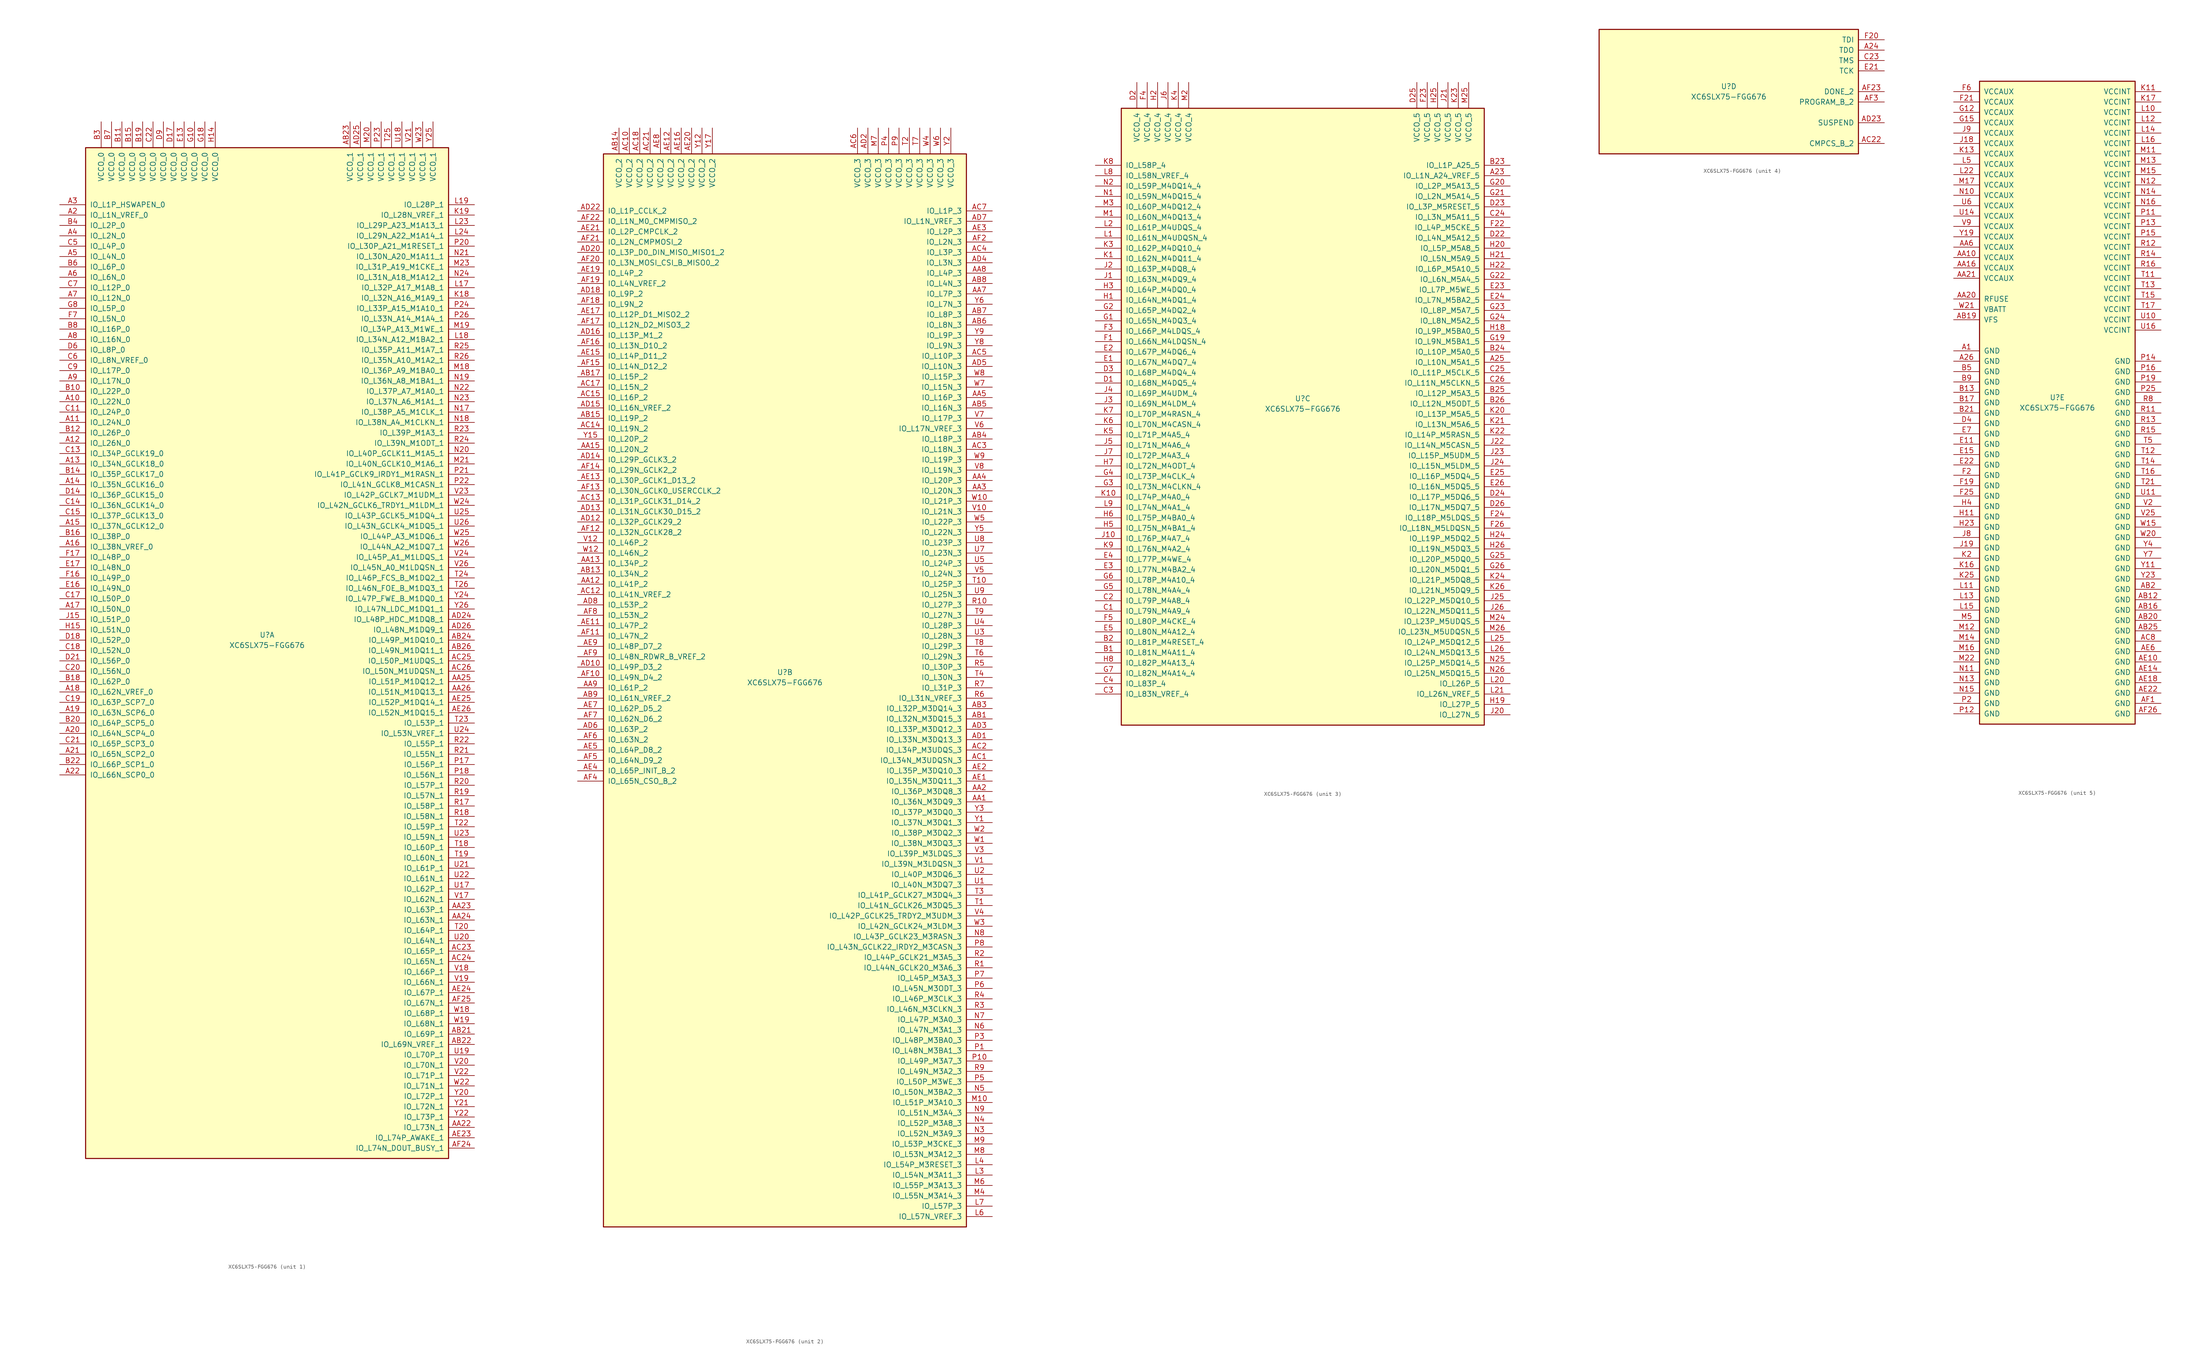
<source format=kicad_sym>
(kicad_symbol_lib
  (version 20201005)
  (generator kicad_symbol_editor)
  (symbol "FPGA_Xilinx_Spartan6:XC6SLX75-FGG676"
    (pin_names
      (offset 1.016))
    (property "Reference" "U"
      (at 0 1.27 0)
      (effects (font (size 1.27 1.27))))
    (property "Value" "XC6SLX75-FGG676"
      (at 0 -1.27 0)
      (effects (font (size 1.27 1.27))))
    (property "Datasheet" ""
      (at 0 0 0)
      (effects (font (size 1.27 1.27))))
    (property "ki_locked" ""
      (at 0 0 0)
      (effects (font (size 1.27 1.27))))
    (symbol "XC6SLX75-FGG676_1_1"
      (rectangle (start -44.45 120.65) (end 44.45 -127) (stroke (width 0.254)) (fill (type background)))
      (pin power_in line (at -40.64 127 270) (length 6.35) (name "VCCO_0" (effects (font (size 1.27 1.27)))) (number "B3" (effects (font (size 1.27 1.27)))))
      (pin power_in line (at -38.1 127 270) (length 6.35) (name "VCCO_0" (effects (font (size 1.27 1.27)))) (number "B7" (effects (font (size 1.27 1.27)))))
      (pin power_in line (at -35.56 127 270) (length 6.35) (name "VCCO_0" (effects (font (size 1.27 1.27)))) (number "B11" (effects (font (size 1.27 1.27)))))
      (pin power_in line (at -33.02 127 270) (length 6.35) (name "VCCO_0" (effects (font (size 1.27 1.27)))) (number "B15" (effects (font (size 1.27 1.27)))))
      (pin power_in line (at -30.48 127 270) (length 6.35) (name "VCCO_0" (effects (font (size 1.27 1.27)))) (number "B19" (effects (font (size 1.27 1.27)))))
      (pin power_in line (at -27.94 127 270) (length 6.35) (name "VCCO_0" (effects (font (size 1.27 1.27)))) (number "C22" (effects (font (size 1.27 1.27)))))
      (pin power_in line (at -25.4 127 270) (length 6.35) (name "VCCO_0" (effects (font (size 1.27 1.27)))) (number "D9" (effects (font (size 1.27 1.27)))))
      (pin power_in line (at -22.86 127 270) (length 6.35) (name "VCCO_0" (effects (font (size 1.27 1.27)))) (number "D17" (effects (font (size 1.27 1.27)))))
      (pin power_in line (at -20.32 127 270) (length 6.35) (name "VCCO_0" (effects (font (size 1.27 1.27)))) (number "E13" (effects (font (size 1.27 1.27)))))
      (pin power_in line (at -17.78 127 270) (length 6.35) (name "VCCO_0" (effects (font (size 1.27 1.27)))) (number "G10" (effects (font (size 1.27 1.27)))))
      (pin power_in line (at -15.24 127 270) (length 6.35) (name "VCCO_0" (effects (font (size 1.27 1.27)))) (number "G18" (effects (font (size 1.27 1.27)))))
      (pin power_in line (at -12.7 127 270) (length 6.35) (name "VCCO_0" (effects (font (size 1.27 1.27)))) (number "H14" (effects (font (size 1.27 1.27)))))
      (pin bidirectional line (at -50.8 106.68 0) (length 6.35) (name "IO_L1P_HSWAPEN_0" (effects (font (size 1.27 1.27)))) (number "A3" (effects (font (size 1.27 1.27)))))
      (pin bidirectional line (at -50.8 104.14 0) (length 6.35) (name "IO_L1N_VREF_0" (effects (font (size 1.27 1.27)))) (number "A2" (effects (font (size 1.27 1.27)))))
      (pin bidirectional line (at -50.8 101.6 0) (length 6.35) (name "IO_L2P_0" (effects (font (size 1.27 1.27)))) (number "B4" (effects (font (size 1.27 1.27)))))
      (pin bidirectional line (at -50.8 99.06 0) (length 6.35) (name "IO_L2N_0" (effects (font (size 1.27 1.27)))) (number "A4" (effects (font (size 1.27 1.27)))))
      (pin bidirectional line (at -50.8 96.52 0) (length 6.35) (name "IO_L4P_0" (effects (font (size 1.27 1.27)))) (number "C5" (effects (font (size 1.27 1.27)))))
      (pin bidirectional line (at -50.8 93.98 0) (length 6.35) (name "IO_L4N_0" (effects (font (size 1.27 1.27)))) (number "A5" (effects (font (size 1.27 1.27)))))
      (pin bidirectional line (at -50.8 91.44 0) (length 6.35) (name "IO_L6P_0" (effects (font (size 1.27 1.27)))) (number "B6" (effects (font (size 1.27 1.27)))))
      (pin bidirectional line (at -50.8 88.9 0) (length 6.35) (name "IO_L6N_0" (effects (font (size 1.27 1.27)))) (number "A6" (effects (font (size 1.27 1.27)))))
      (pin bidirectional line (at -50.8 86.36 0) (length 6.35) (name "IO_L12P_0" (effects (font (size 1.27 1.27)))) (number "C7" (effects (font (size 1.27 1.27)))))
      (pin bidirectional line (at -50.8 83.82 0) (length 6.35) (name "IO_L12N_0" (effects (font (size 1.27 1.27)))) (number "A7" (effects (font (size 1.27 1.27)))))
      (pin bidirectional line (at -50.8 81.28 0) (length 6.35) (name "IO_L5P_0" (effects (font (size 1.27 1.27)))) (number "G8" (effects (font (size 1.27 1.27)))))
      (pin bidirectional line (at -50.8 78.74 0) (length 6.35) (name "IO_L5N_0" (effects (font (size 1.27 1.27)))) (number "F7" (effects (font (size 1.27 1.27)))))
      (pin bidirectional line (at -50.8 76.2 0) (length 6.35) (name "IO_L16P_0" (effects (font (size 1.27 1.27)))) (number "B8" (effects (font (size 1.27 1.27)))))
      (pin bidirectional line (at -50.8 73.66 0) (length 6.35) (name "IO_L16N_0" (effects (font (size 1.27 1.27)))) (number "A8" (effects (font (size 1.27 1.27)))))
      (pin bidirectional line (at -50.8 71.12 0) (length 6.35) (name "IO_L8P_0" (effects (font (size 1.27 1.27)))) (number "D6" (effects (font (size 1.27 1.27)))))
      (pin bidirectional line (at -50.8 68.58 0) (length 6.35) (name "IO_L8N_VREF_0" (effects (font (size 1.27 1.27)))) (number "C6" (effects (font (size 1.27 1.27)))))
      (pin bidirectional line (at -50.8 66.04 0) (length 6.35) (name "IO_L17P_0" (effects (font (size 1.27 1.27)))) (number "C9" (effects (font (size 1.27 1.27)))))
      (pin bidirectional line (at -50.8 63.5 0) (length 6.35) (name "IO_L17N_0" (effects (font (size 1.27 1.27)))) (number "A9" (effects (font (size 1.27 1.27)))))
      (pin bidirectional line (at -50.8 60.96 0) (length 6.35) (name "IO_L22P_0" (effects (font (size 1.27 1.27)))) (number "B10" (effects (font (size 1.27 1.27)))))
      (pin bidirectional line (at -50.8 58.42 0) (length 6.35) (name "IO_L22N_0" (effects (font (size 1.27 1.27)))) (number "A10" (effects (font (size 1.27 1.27)))))
      (pin bidirectional line (at -50.8 55.88 0) (length 6.35) (name "IO_L24P_0" (effects (font (size 1.27 1.27)))) (number "C11" (effects (font (size 1.27 1.27)))))
      (pin bidirectional line (at -50.8 53.34 0) (length 6.35) (name "IO_L24N_0" (effects (font (size 1.27 1.27)))) (number "A11" (effects (font (size 1.27 1.27)))))
      (pin bidirectional line (at -50.8 50.8 0) (length 6.35) (name "IO_L26P_0" (effects (font (size 1.27 1.27)))) (number "B12" (effects (font (size 1.27 1.27)))))
      (pin bidirectional line (at -50.8 48.26 0) (length 6.35) (name "IO_L26N_0" (effects (font (size 1.27 1.27)))) (number "A12" (effects (font (size 1.27 1.27)))))
      (pin bidirectional line (at -50.8 45.72 0) (length 6.35) (name "IO_L34P_GCLK19_0" (effects (font (size 1.27 1.27)))) (number "C13" (effects (font (size 1.27 1.27)))))
      (pin bidirectional line (at -50.8 43.18 0) (length 6.35) (name "IO_L34N_GCLK18_0" (effects (font (size 1.27 1.27)))) (number "A13" (effects (font (size 1.27 1.27)))))
      (pin bidirectional line (at -50.8 40.64 0) (length 6.35) (name "IO_L35P_GCLK17_0" (effects (font (size 1.27 1.27)))) (number "B14" (effects (font (size 1.27 1.27)))))
      (pin bidirectional line (at -50.8 38.1 0) (length 6.35) (name "IO_L35N_GCLK16_0" (effects (font (size 1.27 1.27)))) (number "A14" (effects (font (size 1.27 1.27)))))
      (pin bidirectional line (at -50.8 35.56 0) (length 6.35) (name "IO_L36P_GCLK15_0" (effects (font (size 1.27 1.27)))) (number "D14" (effects (font (size 1.27 1.27)))))
      (pin bidirectional line (at -50.8 33.02 0) (length 6.35) (name "IO_L36N_GCLK14_0" (effects (font (size 1.27 1.27)))) (number "C14" (effects (font (size 1.27 1.27)))))
      (pin bidirectional line (at -50.8 30.48 0) (length 6.35) (name "IO_L37P_GCLK13_0" (effects (font (size 1.27 1.27)))) (number "C15" (effects (font (size 1.27 1.27)))))
      (pin bidirectional line (at -50.8 27.94 0) (length 6.35) (name "IO_L37N_GCLK12_0" (effects (font (size 1.27 1.27)))) (number "A15" (effects (font (size 1.27 1.27)))))
      (pin bidirectional line (at -50.8 25.4 0) (length 6.35) (name "IO_L38P_0" (effects (font (size 1.27 1.27)))) (number "B16" (effects (font (size 1.27 1.27)))))
      (pin bidirectional line (at -50.8 22.86 0) (length 6.35) (name "IO_L38N_VREF_0" (effects (font (size 1.27 1.27)))) (number "A16" (effects (font (size 1.27 1.27)))))
      (pin bidirectional line (at -50.8 20.32 0) (length 6.35) (name "IO_L48P_0" (effects (font (size 1.27 1.27)))) (number "F17" (effects (font (size 1.27 1.27)))))
      (pin bidirectional line (at -50.8 17.78 0) (length 6.35) (name "IO_L48N_0" (effects (font (size 1.27 1.27)))) (number "E17" (effects (font (size 1.27 1.27)))))
      (pin bidirectional line (at -50.8 15.24 0) (length 6.35) (name "IO_L49P_0" (effects (font (size 1.27 1.27)))) (number "F16" (effects (font (size 1.27 1.27)))))
      (pin bidirectional line (at -50.8 12.7 0) (length 6.35) (name "IO_L49N_0" (effects (font (size 1.27 1.27)))) (number "E16" (effects (font (size 1.27 1.27)))))
      (pin bidirectional line (at -50.8 10.16 0) (length 6.35) (name "IO_L50P_0" (effects (font (size 1.27 1.27)))) (number "C17" (effects (font (size 1.27 1.27)))))
      (pin bidirectional line (at -50.8 7.62 0) (length 6.35) (name "IO_L50N_0" (effects (font (size 1.27 1.27)))) (number "A17" (effects (font (size 1.27 1.27)))))
      (pin bidirectional line (at -50.8 5.08 0) (length 6.35) (name "IO_L51P_0" (effects (font (size 1.27 1.27)))) (number "J15" (effects (font (size 1.27 1.27)))))
      (pin bidirectional line (at -50.8 2.54 0) (length 6.35) (name "IO_L51N_0" (effects (font (size 1.27 1.27)))) (number "H15" (effects (font (size 1.27 1.27)))))
      (pin bidirectional line (at -50.8 0 0) (length 6.35) (name "IO_L52P_0" (effects (font (size 1.27 1.27)))) (number "D18" (effects (font (size 1.27 1.27)))))
      (pin bidirectional line (at -50.8 -2.54 0) (length 6.35) (name "IO_L52N_0" (effects (font (size 1.27 1.27)))) (number "C18" (effects (font (size 1.27 1.27)))))
      (pin bidirectional line (at -50.8 -5.08 0) (length 6.35) (name "IO_L56P_0" (effects (font (size 1.27 1.27)))) (number "D21" (effects (font (size 1.27 1.27)))))
      (pin bidirectional line (at -50.8 -7.62 0) (length 6.35) (name "IO_L56N_0" (effects (font (size 1.27 1.27)))) (number "C20" (effects (font (size 1.27 1.27)))))
      (pin bidirectional line (at -50.8 -10.16 0) (length 6.35) (name "IO_L62P_0" (effects (font (size 1.27 1.27)))) (number "B18" (effects (font (size 1.27 1.27)))))
      (pin bidirectional line (at -50.8 -12.7 0) (length 6.35) (name "IO_L62N_VREF_0" (effects (font (size 1.27 1.27)))) (number "A18" (effects (font (size 1.27 1.27)))))
      (pin bidirectional line (at -50.8 -15.24 0) (length 6.35) (name "IO_L63P_SCP7_0" (effects (font (size 1.27 1.27)))) (number "C19" (effects (font (size 1.27 1.27)))))
      (pin bidirectional line (at -50.8 -17.78 0) (length 6.35) (name "IO_L63N_SCP6_0" (effects (font (size 1.27 1.27)))) (number "A19" (effects (font (size 1.27 1.27)))))
      (pin bidirectional line (at -50.8 -20.32 0) (length 6.35) (name "IO_L64P_SCP5_0" (effects (font (size 1.27 1.27)))) (number "B20" (effects (font (size 1.27 1.27)))))
      (pin bidirectional line (at -50.8 -22.86 0) (length 6.35) (name "IO_L64N_SCP4_0" (effects (font (size 1.27 1.27)))) (number "A20" (effects (font (size 1.27 1.27)))))
      (pin bidirectional line (at -50.8 -25.4 0) (length 6.35) (name "IO_L65P_SCP3_0" (effects (font (size 1.27 1.27)))) (number "C21" (effects (font (size 1.27 1.27)))))
      (pin bidirectional line (at -50.8 -27.94 0) (length 6.35) (name "IO_L65N_SCP2_0" (effects (font (size 1.27 1.27)))) (number "A21" (effects (font (size 1.27 1.27)))))
      (pin bidirectional line (at -50.8 -30.48 0) (length 6.35) (name "IO_L66P_SCP1_0" (effects (font (size 1.27 1.27)))) (number "B22" (effects (font (size 1.27 1.27)))))
      (pin bidirectional line (at -50.8 -33.02 0) (length 6.35) (name "IO_L66N_SCP0_0" (effects (font (size 1.27 1.27)))) (number "A22" (effects (font (size 1.27 1.27)))))
      (pin power_in line (at 20.32 127 270) (length 6.35) (name "VCCO_1" (effects (font (size 1.27 1.27)))) (number "AB23" (effects (font (size 1.27 1.27)))))
      (pin power_in line (at 22.86 127 270) (length 6.35) (name "VCCO_1" (effects (font (size 1.27 1.27)))) (number "AD25" (effects (font (size 1.27 1.27)))))
      (pin power_in line (at 25.4 127 270) (length 6.35) (name "VCCO_1" (effects (font (size 1.27 1.27)))) (number "M20" (effects (font (size 1.27 1.27)))))
      (pin power_in line (at 27.94 127 270) (length 6.35) (name "VCCO_1" (effects (font (size 1.27 1.27)))) (number "P23" (effects (font (size 1.27 1.27)))))
      (pin power_in line (at 30.48 127 270) (length 6.35) (name "VCCO_1" (effects (font (size 1.27 1.27)))) (number "T25" (effects (font (size 1.27 1.27)))))
      (pin power_in line (at 33.02 127 270) (length 6.35) (name "VCCO_1" (effects (font (size 1.27 1.27)))) (number "U18" (effects (font (size 1.27 1.27)))))
      (pin power_in line (at 35.56 127 270) (length 6.35) (name "VCCO_1" (effects (font (size 1.27 1.27)))) (number "V21" (effects (font (size 1.27 1.27)))))
      (pin power_in line (at 38.1 127 270) (length 6.35) (name "VCCO_1" (effects (font (size 1.27 1.27)))) (number "W23" (effects (font (size 1.27 1.27)))))
      (pin power_in line (at 40.64 127 270) (length 6.35) (name "VCCO_1" (effects (font (size 1.27 1.27)))) (number "Y25" (effects (font (size 1.27 1.27)))))
      (pin bidirectional line (at 50.8 106.68 180) (length 6.35) (name "IO_L28P_1" (effects (font (size 1.27 1.27)))) (number "L19" (effects (font (size 1.27 1.27)))))
      (pin bidirectional line (at 50.8 104.14 180) (length 6.35) (name "IO_L28N_VREF_1" (effects (font (size 1.27 1.27)))) (number "K19" (effects (font (size 1.27 1.27)))))
      (pin bidirectional line (at 50.8 101.6 180) (length 6.35) (name "IO_L29P_A23_M1A13_1" (effects (font (size 1.27 1.27)))) (number "L23" (effects (font (size 1.27 1.27)))))
      (pin bidirectional line (at 50.8 99.06 180) (length 6.35) (name "IO_L29N_A22_M1A14_1" (effects (font (size 1.27 1.27)))) (number "L24" (effects (font (size 1.27 1.27)))))
      (pin bidirectional line (at 50.8 96.52 180) (length 6.35) (name "IO_L30P_A21_M1RESET_1" (effects (font (size 1.27 1.27)))) (number "P20" (effects (font (size 1.27 1.27)))))
      (pin bidirectional line (at 50.8 93.98 180) (length 6.35) (name "IO_L30N_A20_M1A11_1" (effects (font (size 1.27 1.27)))) (number "N21" (effects (font (size 1.27 1.27)))))
      (pin bidirectional line (at 50.8 91.44 180) (length 6.35) (name "IO_L31P_A19_M1CKE_1" (effects (font (size 1.27 1.27)))) (number "M23" (effects (font (size 1.27 1.27)))))
      (pin bidirectional line (at 50.8 88.9 180) (length 6.35) (name "IO_L31N_A18_M1A12_1" (effects (font (size 1.27 1.27)))) (number "N24" (effects (font (size 1.27 1.27)))))
      (pin bidirectional line (at 50.8 86.36 180) (length 6.35) (name "IO_L32P_A17_M1A8_1" (effects (font (size 1.27 1.27)))) (number "L17" (effects (font (size 1.27 1.27)))))
      (pin bidirectional line (at 50.8 83.82 180) (length 6.35) (name "IO_L32N_A16_M1A9_1" (effects (font (size 1.27 1.27)))) (number "K18" (effects (font (size 1.27 1.27)))))
      (pin bidirectional line (at 50.8 81.28 180) (length 6.35) (name "IO_L33P_A15_M1A10_1" (effects (font (size 1.27 1.27)))) (number "P24" (effects (font (size 1.27 1.27)))))
      (pin bidirectional line (at 50.8 78.74 180) (length 6.35) (name "IO_L33N_A14_M1A4_1" (effects (font (size 1.27 1.27)))) (number "P26" (effects (font (size 1.27 1.27)))))
      (pin bidirectional line (at 50.8 76.2 180) (length 6.35) (name "IO_L34P_A13_M1WE_1" (effects (font (size 1.27 1.27)))) (number "M19" (effects (font (size 1.27 1.27)))))
      (pin bidirectional line (at 50.8 73.66 180) (length 6.35) (name "IO_L34N_A12_M1BA2_1" (effects (font (size 1.27 1.27)))) (number "L18" (effects (font (size 1.27 1.27)))))
      (pin bidirectional line (at 50.8 71.12 180) (length 6.35) (name "IO_L35P_A11_M1A7_1" (effects (font (size 1.27 1.27)))) (number "R25" (effects (font (size 1.27 1.27)))))
      (pin bidirectional line (at 50.8 68.58 180) (length 6.35) (name "IO_L35N_A10_M1A2_1" (effects (font (size 1.27 1.27)))) (number "R26" (effects (font (size 1.27 1.27)))))
      (pin bidirectional line (at 50.8 66.04 180) (length 6.35) (name "IO_L36P_A9_M1BA0_1" (effects (font (size 1.27 1.27)))) (number "M18" (effects (font (size 1.27 1.27)))))
      (pin bidirectional line (at 50.8 63.5 180) (length 6.35) (name "IO_L36N_A8_M1BA1_1" (effects (font (size 1.27 1.27)))) (number "N19" (effects (font (size 1.27 1.27)))))
      (pin bidirectional line (at 50.8 60.96 180) (length 6.35) (name "IO_L37P_A7_M1A0_1" (effects (font (size 1.27 1.27)))) (number "N22" (effects (font (size 1.27 1.27)))))
      (pin bidirectional line (at 50.8 58.42 180) (length 6.35) (name "IO_L37N_A6_M1A1_1" (effects (font (size 1.27 1.27)))) (number "N23" (effects (font (size 1.27 1.27)))))
      (pin bidirectional line (at 50.8 55.88 180) (length 6.35) (name "IO_L38P_A5_M1CLK_1" (effects (font (size 1.27 1.27)))) (number "N17" (effects (font (size 1.27 1.27)))))
      (pin bidirectional line (at 50.8 53.34 180) (length 6.35) (name "IO_L38N_A4_M1CLKN_1" (effects (font (size 1.27 1.27)))) (number "N18" (effects (font (size 1.27 1.27)))))
      (pin bidirectional line (at 50.8 50.8 180) (length 6.35) (name "IO_L39P_M1A3_1" (effects (font (size 1.27 1.27)))) (number "R23" (effects (font (size 1.27 1.27)))))
      (pin bidirectional line (at 50.8 48.26 180) (length 6.35) (name "IO_L39N_M1ODT_1" (effects (font (size 1.27 1.27)))) (number "R24" (effects (font (size 1.27 1.27)))))
      (pin bidirectional line (at 50.8 45.72 180) (length 6.35) (name "IO_L40P_GCLK11_M1A5_1" (effects (font (size 1.27 1.27)))) (number "N20" (effects (font (size 1.27 1.27)))))
      (pin bidirectional line (at 50.8 43.18 180) (length 6.35) (name "IO_L40N_GCLK10_M1A6_1" (effects (font (size 1.27 1.27)))) (number "M21" (effects (font (size 1.27 1.27)))))
      (pin bidirectional line (at 50.8 40.64 180) (length 6.35) (name "IO_L41P_GCLK9_IRDY1_M1RASN_1" (effects (font (size 1.27 1.27)))) (number "P21" (effects (font (size 1.27 1.27)))))
      (pin bidirectional line (at 50.8 38.1 180) (length 6.35) (name "IO_L41N_GCLK8_M1CASN_1" (effects (font (size 1.27 1.27)))) (number "P22" (effects (font (size 1.27 1.27)))))
      (pin bidirectional line (at 50.8 35.56 180) (length 6.35) (name "IO_L42P_GCLK7_M1UDM_1" (effects (font (size 1.27 1.27)))) (number "V23" (effects (font (size 1.27 1.27)))))
      (pin bidirectional line (at 50.8 33.02 180) (length 6.35) (name "IO_L42N_GCLK6_TRDY1_M1LDM_1" (effects (font (size 1.27 1.27)))) (number "W24" (effects (font (size 1.27 1.27)))))
      (pin bidirectional line (at 50.8 30.48 180) (length 6.35) (name "IO_L43P_GCLK5_M1DQ4_1" (effects (font (size 1.27 1.27)))) (number "U25" (effects (font (size 1.27 1.27)))))
      (pin bidirectional line (at 50.8 27.94 180) (length 6.35) (name "IO_L43N_GCLK4_M1DQ5_1" (effects (font (size 1.27 1.27)))) (number "U26" (effects (font (size 1.27 1.27)))))
      (pin bidirectional line (at 50.8 25.4 180) (length 6.35) (name "IO_L44P_A3_M1DQ6_1" (effects (font (size 1.27 1.27)))) (number "W25" (effects (font (size 1.27 1.27)))))
      (pin bidirectional line (at 50.8 22.86 180) (length 6.35) (name "IO_L44N_A2_M1DQ7_1" (effects (font (size 1.27 1.27)))) (number "W26" (effects (font (size 1.27 1.27)))))
      (pin bidirectional line (at 50.8 20.32 180) (length 6.35) (name "IO_L45P_A1_M1LDQS_1" (effects (font (size 1.27 1.27)))) (number "V24" (effects (font (size 1.27 1.27)))))
      (pin bidirectional line (at 50.8 17.78 180) (length 6.35) (name "IO_L45N_A0_M1LDQSN_1" (effects (font (size 1.27 1.27)))) (number "V26" (effects (font (size 1.27 1.27)))))
      (pin bidirectional line (at 50.8 15.24 180) (length 6.35) (name "IO_L46P_FCS_B_M1DQ2_1" (effects (font (size 1.27 1.27)))) (number "T24" (effects (font (size 1.27 1.27)))))
      (pin bidirectional line (at 50.8 12.7 180) (length 6.35) (name "IO_L46N_FOE_B_M1DQ3_1" (effects (font (size 1.27 1.27)))) (number "T26" (effects (font (size 1.27 1.27)))))
      (pin bidirectional line (at 50.8 10.16 180) (length 6.35) (name "IO_L47P_FWE_B_M1DQ0_1" (effects (font (size 1.27 1.27)))) (number "Y24" (effects (font (size 1.27 1.27)))))
      (pin bidirectional line (at 50.8 7.62 180) (length 6.35) (name "IO_L47N_LDC_M1DQ1_1" (effects (font (size 1.27 1.27)))) (number "Y26" (effects (font (size 1.27 1.27)))))
      (pin bidirectional line (at 50.8 5.08 180) (length 6.35) (name "IO_L48P_HDC_M1DQ8_1" (effects (font (size 1.27 1.27)))) (number "AD24" (effects (font (size 1.27 1.27)))))
      (pin bidirectional line (at 50.8 2.54 180) (length 6.35) (name "IO_L48N_M1DQ9_1" (effects (font (size 1.27 1.27)))) (number "AD26" (effects (font (size 1.27 1.27)))))
      (pin bidirectional line (at 50.8 0 180) (length 6.35) (name "IO_L49P_M1DQ10_1" (effects (font (size 1.27 1.27)))) (number "AB24" (effects (font (size 1.27 1.27)))))
      (pin bidirectional line (at 50.8 -2.54 180) (length 6.35) (name "IO_L49N_M1DQ11_1" (effects (font (size 1.27 1.27)))) (number "AB26" (effects (font (size 1.27 1.27)))))
      (pin bidirectional line (at 50.8 -5.08 180) (length 6.35) (name "IO_L50P_M1UDQS_1" (effects (font (size 1.27 1.27)))) (number "AC25" (effects (font (size 1.27 1.27)))))
      (pin bidirectional line (at 50.8 -7.62 180) (length 6.35) (name "IO_L50N_M1UDQSN_1" (effects (font (size 1.27 1.27)))) (number "AC26" (effects (font (size 1.27 1.27)))))
      (pin bidirectional line (at 50.8 -10.16 180) (length 6.35) (name "IO_L51P_M1DQ12_1" (effects (font (size 1.27 1.27)))) (number "AA25" (effects (font (size 1.27 1.27)))))
      (pin bidirectional line (at 50.8 -12.7 180) (length 6.35) (name "IO_L51N_M1DQ13_1" (effects (font (size 1.27 1.27)))) (number "AA26" (effects (font (size 1.27 1.27)))))
      (pin bidirectional line (at 50.8 -15.24 180) (length 6.35) (name "IO_L52P_M1DQ14_1" (effects (font (size 1.27 1.27)))) (number "AE25" (effects (font (size 1.27 1.27)))))
      (pin bidirectional line (at 50.8 -17.78 180) (length 6.35) (name "IO_L52N_M1DQ15_1" (effects (font (size 1.27 1.27)))) (number "AE26" (effects (font (size 1.27 1.27)))))
      (pin bidirectional line (at 50.8 -20.32 180) (length 6.35) (name "IO_L53P_1" (effects (font (size 1.27 1.27)))) (number "T23" (effects (font (size 1.27 1.27)))))
      (pin bidirectional line (at 50.8 -22.86 180) (length 6.35) (name "IO_L53N_VREF_1" (effects (font (size 1.27 1.27)))) (number "U24" (effects (font (size 1.27 1.27)))))
      (pin bidirectional line (at 50.8 -25.4 180) (length 6.35) (name "IO_L55P_1" (effects (font (size 1.27 1.27)))) (number "R22" (effects (font (size 1.27 1.27)))))
      (pin bidirectional line (at 50.8 -27.94 180) (length 6.35) (name "IO_L55N_1" (effects (font (size 1.27 1.27)))) (number "R21" (effects (font (size 1.27 1.27)))))
      (pin bidirectional line (at 50.8 -30.48 180) (length 6.35) (name "IO_L56P_1" (effects (font (size 1.27 1.27)))) (number "P17" (effects (font (size 1.27 1.27)))))
      (pin bidirectional line (at 50.8 -33.02 180) (length 6.35) (name "IO_L56N_1" (effects (font (size 1.27 1.27)))) (number "P18" (effects (font (size 1.27 1.27)))))
      (pin bidirectional line (at 50.8 -35.56 180) (length 6.35) (name "IO_L57P_1" (effects (font (size 1.27 1.27)))) (number "R20" (effects (font (size 1.27 1.27)))))
      (pin bidirectional line (at 50.8 -38.1 180) (length 6.35) (name "IO_L57N_1" (effects (font (size 1.27 1.27)))) (number "R19" (effects (font (size 1.27 1.27)))))
      (pin bidirectional line (at 50.8 -40.64 180) (length 6.35) (name "IO_L58P_1" (effects (font (size 1.27 1.27)))) (number "R17" (effects (font (size 1.27 1.27)))))
      (pin bidirectional line (at 50.8 -43.18 180) (length 6.35) (name "IO_L58N_1" (effects (font (size 1.27 1.27)))) (number "R18" (effects (font (size 1.27 1.27)))))
      (pin bidirectional line (at 50.8 -45.72 180) (length 6.35) (name "IO_L59P_1" (effects (font (size 1.27 1.27)))) (number "T22" (effects (font (size 1.27 1.27)))))
      (pin bidirectional line (at 50.8 -48.26 180) (length 6.35) (name "IO_L59N_1" (effects (font (size 1.27 1.27)))) (number "U23" (effects (font (size 1.27 1.27)))))
      (pin bidirectional line (at 50.8 -50.8 180) (length 6.35) (name "IO_L60P_1" (effects (font (size 1.27 1.27)))) (number "T18" (effects (font (size 1.27 1.27)))))
      (pin bidirectional line (at 50.8 -53.34 180) (length 6.35) (name "IO_L60N_1" (effects (font (size 1.27 1.27)))) (number "T19" (effects (font (size 1.27 1.27)))))
      (pin bidirectional line (at 50.8 -55.88 180) (length 6.35) (name "IO_L61P_1" (effects (font (size 1.27 1.27)))) (number "U21" (effects (font (size 1.27 1.27)))))
      (pin bidirectional line (at 50.8 -58.42 180) (length 6.35) (name "IO_L61N_1" (effects (font (size 1.27 1.27)))) (number "U22" (effects (font (size 1.27 1.27)))))
      (pin bidirectional line (at 50.8 -60.96 180) (length 6.35) (name "IO_L62P_1" (effects (font (size 1.27 1.27)))) (number "U17" (effects (font (size 1.27 1.27)))))
      (pin bidirectional line (at 50.8 -63.5 180) (length 6.35) (name "IO_L62N_1" (effects (font (size 1.27 1.27)))) (number "V17" (effects (font (size 1.27 1.27)))))
      (pin bidirectional line (at 50.8 -66.04 180) (length 6.35) (name "IO_L63P_1" (effects (font (size 1.27 1.27)))) (number "AA23" (effects (font (size 1.27 1.27)))))
      (pin bidirectional line (at 50.8 -68.58 180) (length 6.35) (name "IO_L63N_1" (effects (font (size 1.27 1.27)))) (number "AA24" (effects (font (size 1.27 1.27)))))
      (pin bidirectional line (at 50.8 -71.12 180) (length 6.35) (name "IO_L64P_1" (effects (font (size 1.27 1.27)))) (number "T20" (effects (font (size 1.27 1.27)))))
      (pin bidirectional line (at 50.8 -73.66 180) (length 6.35) (name "IO_L64N_1" (effects (font (size 1.27 1.27)))) (number "U20" (effects (font (size 1.27 1.27)))))
      (pin bidirectional line (at 50.8 -76.2 180) (length 6.35) (name "IO_L65P_1" (effects (font (size 1.27 1.27)))) (number "AC23" (effects (font (size 1.27 1.27)))))
      (pin bidirectional line (at 50.8 -78.74 180) (length 6.35) (name "IO_L65N_1" (effects (font (size 1.27 1.27)))) (number "AC24" (effects (font (size 1.27 1.27)))))
      (pin bidirectional line (at 50.8 -81.28 180) (length 6.35) (name "IO_L66P_1" (effects (font (size 1.27 1.27)))) (number "V18" (effects (font (size 1.27 1.27)))))
      (pin bidirectional line (at 50.8 -83.82 180) (length 6.35) (name "IO_L66N_1" (effects (font (size 1.27 1.27)))) (number "V19" (effects (font (size 1.27 1.27)))))
      (pin bidirectional line (at 50.8 -86.36 180) (length 6.35) (name "IO_L67P_1" (effects (font (size 1.27 1.27)))) (number "AE24" (effects (font (size 1.27 1.27)))))
      (pin bidirectional line (at 50.8 -88.9 180) (length 6.35) (name "IO_L67N_1" (effects (font (size 1.27 1.27)))) (number "AF25" (effects (font (size 1.27 1.27)))))
      (pin bidirectional line (at 50.8 -91.44 180) (length 6.35) (name "IO_L68P_1" (effects (font (size 1.27 1.27)))) (number "W18" (effects (font (size 1.27 1.27)))))
      (pin bidirectional line (at 50.8 -93.98 180) (length 6.35) (name "IO_L68N_1" (effects (font (size 1.27 1.27)))) (number "W19" (effects (font (size 1.27 1.27)))))
      (pin bidirectional line (at 50.8 -96.52 180) (length 6.35) (name "IO_L69P_1" (effects (font (size 1.27 1.27)))) (number "AB21" (effects (font (size 1.27 1.27)))))
      (pin bidirectional line (at 50.8 -99.06 180) (length 6.35) (name "IO_L69N_VREF_1" (effects (font (size 1.27 1.27)))) (number "AB22" (effects (font (size 1.27 1.27)))))
      (pin bidirectional line (at 50.8 -101.6 180) (length 6.35) (name "IO_L70P_1" (effects (font (size 1.27 1.27)))) (number "U19" (effects (font (size 1.27 1.27)))))
      (pin bidirectional line (at 50.8 -104.14 180) (length 6.35) (name "IO_L70N_1" (effects (font (size 1.27 1.27)))) (number "V20" (effects (font (size 1.27 1.27)))))
      (pin bidirectional line (at 50.8 -106.68 180) (length 6.35) (name "IO_L71P_1" (effects (font (size 1.27 1.27)))) (number "V22" (effects (font (size 1.27 1.27)))))
      (pin bidirectional line (at 50.8 -109.22 180) (length 6.35) (name "IO_L71N_1" (effects (font (size 1.27 1.27)))) (number "W22" (effects (font (size 1.27 1.27)))))
      (pin bidirectional line (at 50.8 -111.76 180) (length 6.35) (name "IO_L72P_1" (effects (font (size 1.27 1.27)))) (number "Y20" (effects (font (size 1.27 1.27)))))
      (pin bidirectional line (at 50.8 -114.3 180) (length 6.35) (name "IO_L72N_1" (effects (font (size 1.27 1.27)))) (number "Y21" (effects (font (size 1.27 1.27)))))
      (pin bidirectional line (at 50.8 -116.84 180) (length 6.35) (name "IO_L73P_1" (effects (font (size 1.27 1.27)))) (number "Y22" (effects (font (size 1.27 1.27)))))
      (pin bidirectional line (at 50.8 -119.38 180) (length 6.35) (name "IO_L73N_1" (effects (font (size 1.27 1.27)))) (number "AA22" (effects (font (size 1.27 1.27)))))
      (pin bidirectional line (at 50.8 -121.92 180) (length 6.35) (name "IO_L74P_AWAKE_1" (effects (font (size 1.27 1.27)))) (number "AE23" (effects (font (size 1.27 1.27)))))
      (pin bidirectional line (at 50.8 -124.46 180) (length 6.35) (name "IO_L74N_DOUT_BUSY_1" (effects (font (size 1.27 1.27)))) (number "AF24" (effects (font (size 1.27 1.27))))))
    (symbol "XC6SLX75-FGG676_2_1"
      (rectangle (start -44.45 128.27) (end 44.45 -134.62) (stroke (width 0.254)) (fill (type background)))
      (pin power_in line (at -40.64 134.62 270) (length 6.35) (name "VCCO_2" (effects (font (size 1.27 1.27)))) (number "AB14" (effects (font (size 1.27 1.27)))))
      (pin power_in line (at -38.1 134.62 270) (length 6.35) (name "VCCO_2" (effects (font (size 1.27 1.27)))) (number "AC10" (effects (font (size 1.27 1.27)))))
      (pin power_in line (at -35.56 134.62 270) (length 6.35) (name "VCCO_2" (effects (font (size 1.27 1.27)))) (number "AC18" (effects (font (size 1.27 1.27)))))
      (pin power_in line (at -33.02 134.62 270) (length 6.35) (name "VCCO_2" (effects (font (size 1.27 1.27)))) (number "AC21" (effects (font (size 1.27 1.27)))))
      (pin power_in line (at -30.48 134.62 270) (length 6.35) (name "VCCO_2" (effects (font (size 1.27 1.27)))) (number "AE8" (effects (font (size 1.27 1.27)))))
      (pin power_in line (at -27.94 134.62 270) (length 6.35) (name "VCCO_2" (effects (font (size 1.27 1.27)))) (number "AE12" (effects (font (size 1.27 1.27)))))
      (pin power_in line (at -25.4 134.62 270) (length 6.35) (name "VCCO_2" (effects (font (size 1.27 1.27)))) (number "AE16" (effects (font (size 1.27 1.27)))))
      (pin power_in line (at -22.86 134.62 270) (length 6.35) (name "VCCO_2" (effects (font (size 1.27 1.27)))) (number "AE20" (effects (font (size 1.27 1.27)))))
      (pin power_in line (at -20.32 134.62 270) (length 6.35) (name "VCCO_2" (effects (font (size 1.27 1.27)))) (number "Y12" (effects (font (size 1.27 1.27)))))
      (pin power_in line (at -17.78 134.62 270) (length 6.35) (name "VCCO_2" (effects (font (size 1.27 1.27)))) (number "Y17" (effects (font (size 1.27 1.27)))))
      (pin bidirectional line (at -50.8 114.3 0) (length 6.35) (name "IO_L1P_CCLK_2" (effects (font (size 1.27 1.27)))) (number "AD22" (effects (font (size 1.27 1.27)))))
      (pin bidirectional line (at -50.8 111.76 0) (length 6.35) (name "IO_L1N_M0_CMPMISO_2" (effects (font (size 1.27 1.27)))) (number "AF22" (effects (font (size 1.27 1.27)))))
      (pin bidirectional line (at -50.8 109.22 0) (length 6.35) (name "IO_L2P_CMPCLK_2" (effects (font (size 1.27 1.27)))) (number "AE21" (effects (font (size 1.27 1.27)))))
      (pin bidirectional line (at -50.8 106.68 0) (length 6.35) (name "IO_L2N_CMPMOSI_2" (effects (font (size 1.27 1.27)))) (number "AF21" (effects (font (size 1.27 1.27)))))
      (pin bidirectional line (at -50.8 104.14 0) (length 6.35) (name "IO_L3P_D0_DIN_MISO_MISO1_2" (effects (font (size 1.27 1.27)))) (number "AD20" (effects (font (size 1.27 1.27)))))
      (pin bidirectional line (at -50.8 101.6 0) (length 6.35) (name "IO_L3N_MOSI_CSI_B_MISO0_2" (effects (font (size 1.27 1.27)))) (number "AF20" (effects (font (size 1.27 1.27)))))
      (pin bidirectional line (at -50.8 99.06 0) (length 6.35) (name "IO_L4P_2" (effects (font (size 1.27 1.27)))) (number "AE19" (effects (font (size 1.27 1.27)))))
      (pin bidirectional line (at -50.8 96.52 0) (length 6.35) (name "IO_L4N_VREF_2" (effects (font (size 1.27 1.27)))) (number "AF19" (effects (font (size 1.27 1.27)))))
      (pin bidirectional line (at -50.8 93.98 0) (length 6.35) (name "IO_L9P_2" (effects (font (size 1.27 1.27)))) (number "AD18" (effects (font (size 1.27 1.27)))))
      (pin bidirectional line (at -50.8 91.44 0) (length 6.35) (name "IO_L9N_2" (effects (font (size 1.27 1.27)))) (number "AF18" (effects (font (size 1.27 1.27)))))
      (pin bidirectional line (at -50.8 88.9 0) (length 6.35) (name "IO_L12P_D1_MISO2_2" (effects (font (size 1.27 1.27)))) (number "AE17" (effects (font (size 1.27 1.27)))))
      (pin bidirectional line (at -50.8 86.36 0) (length 6.35) (name "IO_L12N_D2_MISO3_2" (effects (font (size 1.27 1.27)))) (number "AF17" (effects (font (size 1.27 1.27)))))
      (pin bidirectional line (at -50.8 83.82 0) (length 6.35) (name "IO_L13P_M1_2" (effects (font (size 1.27 1.27)))) (number "AD16" (effects (font (size 1.27 1.27)))))
      (pin bidirectional line (at -50.8 81.28 0) (length 6.35) (name "IO_L13N_D10_2" (effects (font (size 1.27 1.27)))) (number "AF16" (effects (font (size 1.27 1.27)))))
      (pin bidirectional line (at -50.8 78.74 0) (length 6.35) (name "IO_L14P_D11_2" (effects (font (size 1.27 1.27)))) (number "AE15" (effects (font (size 1.27 1.27)))))
      (pin bidirectional line (at -50.8 76.2 0) (length 6.35) (name "IO_L14N_D12_2" (effects (font (size 1.27 1.27)))) (number "AF15" (effects (font (size 1.27 1.27)))))
      (pin bidirectional line (at -50.8 73.66 0) (length 6.35) (name "IO_L15P_2" (effects (font (size 1.27 1.27)))) (number "AB17" (effects (font (size 1.27 1.27)))))
      (pin bidirectional line (at -50.8 71.12 0) (length 6.35) (name "IO_L15N_2" (effects (font (size 1.27 1.27)))) (number "AC17" (effects (font (size 1.27 1.27)))))
      (pin bidirectional line (at -50.8 68.58 0) (length 6.35) (name "IO_L16P_2" (effects (font (size 1.27 1.27)))) (number "AC15" (effects (font (size 1.27 1.27)))))
      (pin bidirectional line (at -50.8 66.04 0) (length 6.35) (name "IO_L16N_VREF_2" (effects (font (size 1.27 1.27)))) (number "AD15" (effects (font (size 1.27 1.27)))))
      (pin bidirectional line (at -50.8 63.5 0) (length 6.35) (name "IO_L19P_2" (effects (font (size 1.27 1.27)))) (number "AB15" (effects (font (size 1.27 1.27)))))
      (pin bidirectional line (at -50.8 60.96 0) (length 6.35) (name "IO_L19N_2" (effects (font (size 1.27 1.27)))) (number "AC14" (effects (font (size 1.27 1.27)))))
      (pin bidirectional line (at -50.8 58.42 0) (length 6.35) (name "IO_L20P_2" (effects (font (size 1.27 1.27)))) (number "Y15" (effects (font (size 1.27 1.27)))))
      (pin bidirectional line (at -50.8 55.88 0) (length 6.35) (name "IO_L20N_2" (effects (font (size 1.27 1.27)))) (number "AA15" (effects (font (size 1.27 1.27)))))
      (pin bidirectional line (at -50.8 53.34 0) (length 6.35) (name "IO_L29P_GCLK3_2" (effects (font (size 1.27 1.27)))) (number "AD14" (effects (font (size 1.27 1.27)))))
      (pin bidirectional line (at -50.8 50.8 0) (length 6.35) (name "IO_L29N_GCLK2_2" (effects (font (size 1.27 1.27)))) (number "AF14" (effects (font (size 1.27 1.27)))))
      (pin bidirectional line (at -50.8 48.26 0) (length 6.35) (name "IO_L30P_GCLK1_D13_2" (effects (font (size 1.27 1.27)))) (number "AE13" (effects (font (size 1.27 1.27)))))
      (pin bidirectional line (at -50.8 45.72 0) (length 6.35) (name "IO_L30N_GCLK0_USERCCLK_2" (effects (font (size 1.27 1.27)))) (number "AF13" (effects (font (size 1.27 1.27)))))
      (pin bidirectional line (at -50.8 43.18 0) (length 6.35) (name "IO_L31P_GCLK31_D14_2" (effects (font (size 1.27 1.27)))) (number "AC13" (effects (font (size 1.27 1.27)))))
      (pin bidirectional line (at -50.8 40.64 0) (length 6.35) (name "IO_L31N_GCLK30_D15_2" (effects (font (size 1.27 1.27)))) (number "AD13" (effects (font (size 1.27 1.27)))))
      (pin bidirectional line (at -50.8 38.1 0) (length 6.35) (name "IO_L32P_GCLK29_2" (effects (font (size 1.27 1.27)))) (number "AD12" (effects (font (size 1.27 1.27)))))
      (pin bidirectional line (at -50.8 35.56 0) (length 6.35) (name "IO_L32N_GCLK28_2" (effects (font (size 1.27 1.27)))) (number "AF12" (effects (font (size 1.27 1.27)))))
      (pin bidirectional line (at -50.8 33.02 0) (length 6.35) (name "IO_L46P_2" (effects (font (size 1.27 1.27)))) (number "V12" (effects (font (size 1.27 1.27)))))
      (pin bidirectional line (at -50.8 30.48 0) (length 6.35) (name "IO_L46N_2" (effects (font (size 1.27 1.27)))) (number "W12" (effects (font (size 1.27 1.27)))))
      (pin bidirectional line (at -50.8 27.94 0) (length 6.35) (name "IO_L34P_2" (effects (font (size 1.27 1.27)))) (number "AA13" (effects (font (size 1.27 1.27)))))
      (pin bidirectional line (at -50.8 25.4 0) (length 6.35) (name "IO_L34N_2" (effects (font (size 1.27 1.27)))) (number "AB13" (effects (font (size 1.27 1.27)))))
      (pin bidirectional line (at -50.8 22.86 0) (length 6.35) (name "IO_L41P_2" (effects (font (size 1.27 1.27)))) (number "AA12" (effects (font (size 1.27 1.27)))))
      (pin bidirectional line (at -50.8 20.32 0) (length 6.35) (name "IO_L41N_VREF_2" (effects (font (size 1.27 1.27)))) (number "AC12" (effects (font (size 1.27 1.27)))))
      (pin bidirectional line (at -50.8 17.78 0) (length 6.35) (name "IO_L53P_2" (effects (font (size 1.27 1.27)))) (number "AD8" (effects (font (size 1.27 1.27)))))
      (pin bidirectional line (at -50.8 15.24 0) (length 6.35) (name "IO_L53N_2" (effects (font (size 1.27 1.27)))) (number "AF8" (effects (font (size 1.27 1.27)))))
      (pin bidirectional line (at -50.8 12.7 0) (length 6.35) (name "IO_L47P_2" (effects (font (size 1.27 1.27)))) (number "AE11" (effects (font (size 1.27 1.27)))))
      (pin bidirectional line (at -50.8 10.16 0) (length 6.35) (name "IO_L47N_2" (effects (font (size 1.27 1.27)))) (number "AF11" (effects (font (size 1.27 1.27)))))
      (pin bidirectional line (at -50.8 7.62 0) (length 6.35) (name "IO_L48P_D7_2" (effects (font (size 1.27 1.27)))) (number "AE9" (effects (font (size 1.27 1.27)))))
      (pin bidirectional line (at -50.8 5.08 0) (length 6.35) (name "IO_L48N_RDWR_B_VREF_2" (effects (font (size 1.27 1.27)))) (number "AF9" (effects (font (size 1.27 1.27)))))
      (pin bidirectional line (at -50.8 2.54 0) (length 6.35) (name "IO_L49P_D3_2" (effects (font (size 1.27 1.27)))) (number "AD10" (effects (font (size 1.27 1.27)))))
      (pin bidirectional line (at -50.8 0 0) (length 6.35) (name "IO_L49N_D4_2" (effects (font (size 1.27 1.27)))) (number "AF10" (effects (font (size 1.27 1.27)))))
      (pin bidirectional line (at -50.8 -2.54 0) (length 6.35) (name "IO_L61P_2" (effects (font (size 1.27 1.27)))) (number "AA9" (effects (font (size 1.27 1.27)))))
      (pin bidirectional line (at -50.8 -5.08 0) (length 6.35) (name "IO_L61N_VREF_2" (effects (font (size 1.27 1.27)))) (number "AB9" (effects (font (size 1.27 1.27)))))
      (pin bidirectional line (at -50.8 -7.62 0) (length 6.35) (name "IO_L62P_D5_2" (effects (font (size 1.27 1.27)))) (number "AE7" (effects (font (size 1.27 1.27)))))
      (pin bidirectional line (at -50.8 -10.16 0) (length 6.35) (name "IO_L62N_D6_2" (effects (font (size 1.27 1.27)))) (number "AF7" (effects (font (size 1.27 1.27)))))
      (pin bidirectional line (at -50.8 -12.7 0) (length 6.35) (name "IO_L63P_2" (effects (font (size 1.27 1.27)))) (number "AD6" (effects (font (size 1.27 1.27)))))
      (pin bidirectional line (at -50.8 -15.24 0) (length 6.35) (name "IO_L63N_2" (effects (font (size 1.27 1.27)))) (number "AF6" (effects (font (size 1.27 1.27)))))
      (pin bidirectional line (at -50.8 -17.78 0) (length 6.35) (name "IO_L64P_D8_2" (effects (font (size 1.27 1.27)))) (number "AE5" (effects (font (size 1.27 1.27)))))
      (pin bidirectional line (at -50.8 -20.32 0) (length 6.35) (name "IO_L64N_D9_2" (effects (font (size 1.27 1.27)))) (number "AF5" (effects (font (size 1.27 1.27)))))
      (pin bidirectional line (at -50.8 -22.86 0) (length 6.35) (name "IO_L65P_INIT_B_2" (effects (font (size 1.27 1.27)))) (number "AE4" (effects (font (size 1.27 1.27)))))
      (pin bidirectional line (at -50.8 -25.4 0) (length 6.35) (name "IO_L65N_CSO_B_2" (effects (font (size 1.27 1.27)))) (number "AF4" (effects (font (size 1.27 1.27)))))
      (pin power_in line (at 17.78 134.62 270) (length 6.35) (name "VCCO_3" (effects (font (size 1.27 1.27)))) (number "AC6" (effects (font (size 1.27 1.27)))))
      (pin power_in line (at 20.32 134.62 270) (length 6.35) (name "VCCO_3" (effects (font (size 1.27 1.27)))) (number "AD2" (effects (font (size 1.27 1.27)))))
      (pin power_in line (at 22.86 134.62 270) (length 6.35) (name "VCCO_3" (effects (font (size 1.27 1.27)))) (number "M7" (effects (font (size 1.27 1.27)))))
      (pin power_in line (at 25.4 134.62 270) (length 6.35) (name "VCCO_3" (effects (font (size 1.27 1.27)))) (number "P4" (effects (font (size 1.27 1.27)))))
      (pin power_in line (at 27.94 134.62 270) (length 6.35) (name "VCCO_3" (effects (font (size 1.27 1.27)))) (number "P9" (effects (font (size 1.27 1.27)))))
      (pin power_in line (at 30.48 134.62 270) (length 6.35) (name "VCCO_3" (effects (font (size 1.27 1.27)))) (number "T2" (effects (font (size 1.27 1.27)))))
      (pin power_in line (at 33.02 134.62 270) (length 6.35) (name "VCCO_3" (effects (font (size 1.27 1.27)))) (number "T7" (effects (font (size 1.27 1.27)))))
      (pin power_in line (at 35.56 134.62 270) (length 6.35) (name "VCCO_3" (effects (font (size 1.27 1.27)))) (number "W4" (effects (font (size 1.27 1.27)))))
      (pin power_in line (at 38.1 134.62 270) (length 6.35) (name "VCCO_3" (effects (font (size 1.27 1.27)))) (number "W6" (effects (font (size 1.27 1.27)))))
      (pin power_in line (at 40.64 134.62 270) (length 6.35) (name "VCCO_3" (effects (font (size 1.27 1.27)))) (number "Y2" (effects (font (size 1.27 1.27)))))
      (pin bidirectional line (at 50.8 114.3 180) (length 6.35) (name "IO_L1P_3" (effects (font (size 1.27 1.27)))) (number "AC7" (effects (font (size 1.27 1.27)))))
      (pin bidirectional line (at 50.8 111.76 180) (length 6.35) (name "IO_L1N_VREF_3" (effects (font (size 1.27 1.27)))) (number "AD7" (effects (font (size 1.27 1.27)))))
      (pin bidirectional line (at 50.8 109.22 180) (length 6.35) (name "IO_L2P_3" (effects (font (size 1.27 1.27)))) (number "AE3" (effects (font (size 1.27 1.27)))))
      (pin bidirectional line (at 50.8 106.68 180) (length 6.35) (name "IO_L2N_3" (effects (font (size 1.27 1.27)))) (number "AF2" (effects (font (size 1.27 1.27)))))
      (pin bidirectional line (at 50.8 104.14 180) (length 6.35) (name "IO_L3P_3" (effects (font (size 1.27 1.27)))) (number "AC4" (effects (font (size 1.27 1.27)))))
      (pin bidirectional line (at 50.8 101.6 180) (length 6.35) (name "IO_L3N_3" (effects (font (size 1.27 1.27)))) (number "AD4" (effects (font (size 1.27 1.27)))))
      (pin bidirectional line (at 50.8 99.06 180) (length 6.35) (name "IO_L4P_3" (effects (font (size 1.27 1.27)))) (number "AA8" (effects (font (size 1.27 1.27)))))
      (pin bidirectional line (at 50.8 96.52 180) (length 6.35) (name "IO_L4N_3" (effects (font (size 1.27 1.27)))) (number "AB8" (effects (font (size 1.27 1.27)))))
      (pin bidirectional line (at 50.8 93.98 180) (length 6.35) (name "IO_L7P_3" (effects (font (size 1.27 1.27)))) (number "AA7" (effects (font (size 1.27 1.27)))))
      (pin bidirectional line (at 50.8 91.44 180) (length 6.35) (name "IO_L7N_3" (effects (font (size 1.27 1.27)))) (number "Y6" (effects (font (size 1.27 1.27)))))
      (pin bidirectional line (at 50.8 88.9 180) (length 6.35) (name "IO_L8P_3" (effects (font (size 1.27 1.27)))) (number "AB7" (effects (font (size 1.27 1.27)))))
      (pin bidirectional line (at 50.8 86.36 180) (length 6.35) (name "IO_L8N_3" (effects (font (size 1.27 1.27)))) (number "AB6" (effects (font (size 1.27 1.27)))))
      (pin bidirectional line (at 50.8 83.82 180) (length 6.35) (name "IO_L9P_3" (effects (font (size 1.27 1.27)))) (number "Y9" (effects (font (size 1.27 1.27)))))
      (pin bidirectional line (at 50.8 81.28 180) (length 6.35) (name "IO_L9N_3" (effects (font (size 1.27 1.27)))) (number "Y8" (effects (font (size 1.27 1.27)))))
      (pin bidirectional line (at 50.8 78.74 180) (length 6.35) (name "IO_L10P_3" (effects (font (size 1.27 1.27)))) (number "AC5" (effects (font (size 1.27 1.27)))))
      (pin bidirectional line (at 50.8 76.2 180) (length 6.35) (name "IO_L10N_3" (effects (font (size 1.27 1.27)))) (number "AD5" (effects (font (size 1.27 1.27)))))
      (pin bidirectional line (at 50.8 73.66 180) (length 6.35) (name "IO_L15P_3" (effects (font (size 1.27 1.27)))) (number "W8" (effects (font (size 1.27 1.27)))))
      (pin bidirectional line (at 50.8 71.12 180) (length 6.35) (name "IO_L15N_3" (effects (font (size 1.27 1.27)))) (number "W7" (effects (font (size 1.27 1.27)))))
      (pin bidirectional line (at 50.8 68.58 180) (length 6.35) (name "IO_L16P_3" (effects (font (size 1.27 1.27)))) (number "AA5" (effects (font (size 1.27 1.27)))))
      (pin bidirectional line (at 50.8 66.04 180) (length 6.35) (name "IO_L16N_3" (effects (font (size 1.27 1.27)))) (number "AB5" (effects (font (size 1.27 1.27)))))
      (pin bidirectional line (at 50.8 63.5 180) (length 6.35) (name "IO_L17P_3" (effects (font (size 1.27 1.27)))) (number "V7" (effects (font (size 1.27 1.27)))))
      (pin bidirectional line (at 50.8 60.96 180) (length 6.35) (name "IO_L17N_VREF_3" (effects (font (size 1.27 1.27)))) (number "V6" (effects (font (size 1.27 1.27)))))
      (pin bidirectional line (at 50.8 58.42 180) (length 6.35) (name "IO_L18P_3" (effects (font (size 1.27 1.27)))) (number "AB4" (effects (font (size 1.27 1.27)))))
      (pin bidirectional line (at 50.8 55.88 180) (length 6.35) (name "IO_L18N_3" (effects (font (size 1.27 1.27)))) (number "AC3" (effects (font (size 1.27 1.27)))))
      (pin bidirectional line (at 50.8 53.34 180) (length 6.35) (name "IO_L19P_3" (effects (font (size 1.27 1.27)))) (number "W9" (effects (font (size 1.27 1.27)))))
      (pin bidirectional line (at 50.8 50.8 180) (length 6.35) (name "IO_L19N_3" (effects (font (size 1.27 1.27)))) (number "V8" (effects (font (size 1.27 1.27)))))
      (pin bidirectional line (at 50.8 48.26 180) (length 6.35) (name "IO_L20P_3" (effects (font (size 1.27 1.27)))) (number "AA4" (effects (font (size 1.27 1.27)))))
      (pin bidirectional line (at 50.8 45.72 180) (length 6.35) (name "IO_L20N_3" (effects (font (size 1.27 1.27)))) (number "AA3" (effects (font (size 1.27 1.27)))))
      (pin bidirectional line (at 50.8 43.18 180) (length 6.35) (name "IO_L21P_3" (effects (font (size 1.27 1.27)))) (number "W10" (effects (font (size 1.27 1.27)))))
      (pin bidirectional line (at 50.8 40.64 180) (length 6.35) (name "IO_L21N_3" (effects (font (size 1.27 1.27)))) (number "V10" (effects (font (size 1.27 1.27)))))
      (pin bidirectional line (at 50.8 38.1 180) (length 6.35) (name "IO_L22P_3" (effects (font (size 1.27 1.27)))) (number "W5" (effects (font (size 1.27 1.27)))))
      (pin bidirectional line (at 50.8 35.56 180) (length 6.35) (name "IO_L22N_3" (effects (font (size 1.27 1.27)))) (number "Y5" (effects (font (size 1.27 1.27)))))
      (pin bidirectional line (at 50.8 33.02 180) (length 6.35) (name "IO_L23P_3" (effects (font (size 1.27 1.27)))) (number "U8" (effects (font (size 1.27 1.27)))))
      (pin bidirectional line (at 50.8 30.48 180) (length 6.35) (name "IO_L23N_3" (effects (font (size 1.27 1.27)))) (number "U7" (effects (font (size 1.27 1.27)))))
      (pin bidirectional line (at 50.8 27.94 180) (length 6.35) (name "IO_L24P_3" (effects (font (size 1.27 1.27)))) (number "U5" (effects (font (size 1.27 1.27)))))
      (pin bidirectional line (at 50.8 25.4 180) (length 6.35) (name "IO_L24N_3" (effects (font (size 1.27 1.27)))) (number "V5" (effects (font (size 1.27 1.27)))))
      (pin bidirectional line (at 50.8 22.86 180) (length 6.35) (name "IO_L25P_3" (effects (font (size 1.27 1.27)))) (number "T10" (effects (font (size 1.27 1.27)))))
      (pin bidirectional line (at 50.8 20.32 180) (length 6.35) (name "IO_L25N_3" (effects (font (size 1.27 1.27)))) (number "U9" (effects (font (size 1.27 1.27)))))
      (pin bidirectional line (at 50.8 17.78 180) (length 6.35) (name "IO_L27P_3" (effects (font (size 1.27 1.27)))) (number "R10" (effects (font (size 1.27 1.27)))))
      (pin bidirectional line (at 50.8 15.24 180) (length 6.35) (name "IO_L27N_3" (effects (font (size 1.27 1.27)))) (number "T9" (effects (font (size 1.27 1.27)))))
      (pin bidirectional line (at 50.8 12.7 180) (length 6.35) (name "IO_L28P_3" (effects (font (size 1.27 1.27)))) (number "U4" (effects (font (size 1.27 1.27)))))
      (pin bidirectional line (at 50.8 10.16 180) (length 6.35) (name "IO_L28N_3" (effects (font (size 1.27 1.27)))) (number "U3" (effects (font (size 1.27 1.27)))))
      (pin bidirectional line (at 50.8 7.62 180) (length 6.35) (name "IO_L29P_3" (effects (font (size 1.27 1.27)))) (number "T8" (effects (font (size 1.27 1.27)))))
      (pin bidirectional line (at 50.8 5.08 180) (length 6.35) (name "IO_L29N_3" (effects (font (size 1.27 1.27)))) (number "T6" (effects (font (size 1.27 1.27)))))
      (pin bidirectional line (at 50.8 2.54 180) (length 6.35) (name "IO_L30P_3" (effects (font (size 1.27 1.27)))) (number "R5" (effects (font (size 1.27 1.27)))))
      (pin bidirectional line (at 50.8 0 180) (length 6.35) (name "IO_L30N_3" (effects (font (size 1.27 1.27)))) (number "T4" (effects (font (size 1.27 1.27)))))
      (pin bidirectional line (at 50.8 -2.54 180) (length 6.35) (name "IO_L31P_3" (effects (font (size 1.27 1.27)))) (number "R7" (effects (font (size 1.27 1.27)))))
      (pin bidirectional line (at 50.8 -5.08 180) (length 6.35) (name "IO_L31N_VREF_3" (effects (font (size 1.27 1.27)))) (number "R6" (effects (font (size 1.27 1.27)))))
      (pin bidirectional line (at 50.8 -7.62 180) (length 6.35) (name "IO_L32P_M3DQ14_3" (effects (font (size 1.27 1.27)))) (number "AB3" (effects (font (size 1.27 1.27)))))
      (pin bidirectional line (at 50.8 -10.16 180) (length 6.35) (name "IO_L32N_M3DQ15_3" (effects (font (size 1.27 1.27)))) (number "AB1" (effects (font (size 1.27 1.27)))))
      (pin bidirectional line (at 50.8 -12.7 180) (length 6.35) (name "IO_L33P_M3DQ12_3" (effects (font (size 1.27 1.27)))) (number "AD3" (effects (font (size 1.27 1.27)))))
      (pin bidirectional line (at 50.8 -15.24 180) (length 6.35) (name "IO_L33N_M3DQ13_3" (effects (font (size 1.27 1.27)))) (number "AD1" (effects (font (size 1.27 1.27)))))
      (pin bidirectional line (at 50.8 -17.78 180) (length 6.35) (name "IO_L34P_M3UDQS_3" (effects (font (size 1.27 1.27)))) (number "AC2" (effects (font (size 1.27 1.27)))))
      (pin bidirectional line (at 50.8 -20.32 180) (length 6.35) (name "IO_L34N_M3UDQSN_3" (effects (font (size 1.27 1.27)))) (number "AC1" (effects (font (size 1.27 1.27)))))
      (pin bidirectional line (at 50.8 -22.86 180) (length 6.35) (name "IO_L35P_M3DQ10_3" (effects (font (size 1.27 1.27)))) (number "AE2" (effects (font (size 1.27 1.27)))))
      (pin bidirectional line (at 50.8 -25.4 180) (length 6.35) (name "IO_L35N_M3DQ11_3" (effects (font (size 1.27 1.27)))) (number "AE1" (effects (font (size 1.27 1.27)))))
      (pin bidirectional line (at 50.8 -27.94 180) (length 6.35) (name "IO_L36P_M3DQ8_3" (effects (font (size 1.27 1.27)))) (number "AA2" (effects (font (size 1.27 1.27)))))
      (pin bidirectional line (at 50.8 -30.48 180) (length 6.35) (name "IO_L36N_M3DQ9_3" (effects (font (size 1.27 1.27)))) (number "AA1" (effects (font (size 1.27 1.27)))))
      (pin bidirectional line (at 50.8 -33.02 180) (length 6.35) (name "IO_L37P_M3DQ0_3" (effects (font (size 1.27 1.27)))) (number "Y3" (effects (font (size 1.27 1.27)))))
      (pin bidirectional line (at 50.8 -35.56 180) (length 6.35) (name "IO_L37N_M3DQ1_3" (effects (font (size 1.27 1.27)))) (number "Y1" (effects (font (size 1.27 1.27)))))
      (pin bidirectional line (at 50.8 -38.1 180) (length 6.35) (name "IO_L38P_M3DQ2_3" (effects (font (size 1.27 1.27)))) (number "W2" (effects (font (size 1.27 1.27)))))
      (pin bidirectional line (at 50.8 -40.64 180) (length 6.35) (name "IO_L38N_M3DQ3_3" (effects (font (size 1.27 1.27)))) (number "W1" (effects (font (size 1.27 1.27)))))
      (pin bidirectional line (at 50.8 -43.18 180) (length 6.35) (name "IO_L39P_M3LDQS_3" (effects (font (size 1.27 1.27)))) (number "V3" (effects (font (size 1.27 1.27)))))
      (pin bidirectional line (at 50.8 -45.72 180) (length 6.35) (name "IO_L39N_M3LDQSN_3" (effects (font (size 1.27 1.27)))) (number "V1" (effects (font (size 1.27 1.27)))))
      (pin bidirectional line (at 50.8 -48.26 180) (length 6.35) (name "IO_L40P_M3DQ6_3" (effects (font (size 1.27 1.27)))) (number "U2" (effects (font (size 1.27 1.27)))))
      (pin bidirectional line (at 50.8 -50.8 180) (length 6.35) (name "IO_L40N_M3DQ7_3" (effects (font (size 1.27 1.27)))) (number "U1" (effects (font (size 1.27 1.27)))))
      (pin bidirectional line (at 50.8 -53.34 180) (length 6.35) (name "IO_L41P_GCLK27_M3DQ4_3" (effects (font (size 1.27 1.27)))) (number "T3" (effects (font (size 1.27 1.27)))))
      (pin bidirectional line (at 50.8 -55.88 180) (length 6.35) (name "IO_L41N_GCLK26_M3DQ5_3" (effects (font (size 1.27 1.27)))) (number "T1" (effects (font (size 1.27 1.27)))))
      (pin bidirectional line (at 50.8 -58.42 180) (length 6.35) (name "IO_L42P_GCLK25_TRDY2_M3UDM_3" (effects (font (size 1.27 1.27)))) (number "V4" (effects (font (size 1.27 1.27)))))
      (pin bidirectional line (at 50.8 -60.96 180) (length 6.35) (name "IO_L42N_GCLK24_M3LDM_3" (effects (font (size 1.27 1.27)))) (number "W3" (effects (font (size 1.27 1.27)))))
      (pin bidirectional line (at 50.8 -63.5 180) (length 6.35) (name "IO_L43P_GCLK23_M3RASN_3" (effects (font (size 1.27 1.27)))) (number "N8" (effects (font (size 1.27 1.27)))))
      (pin bidirectional line (at 50.8 -66.04 180) (length 6.35) (name "IO_L43N_GCLK22_IRDY2_M3CASN_3" (effects (font (size 1.27 1.27)))) (number "P8" (effects (font (size 1.27 1.27)))))
      (pin bidirectional line (at 50.8 -68.58 180) (length 6.35) (name "IO_L44P_GCLK21_M3A5_3" (effects (font (size 1.27 1.27)))) (number "R2" (effects (font (size 1.27 1.27)))))
      (pin bidirectional line (at 50.8 -71.12 180) (length 6.35) (name "IO_L44N_GCLK20_M3A6_3" (effects (font (size 1.27 1.27)))) (number "R1" (effects (font (size 1.27 1.27)))))
      (pin bidirectional line (at 50.8 -73.66 180) (length 6.35) (name "IO_L45P_M3A3_3" (effects (font (size 1.27 1.27)))) (number "P7" (effects (font (size 1.27 1.27)))))
      (pin bidirectional line (at 50.8 -76.2 180) (length 6.35) (name "IO_L45N_M3ODT_3" (effects (font (size 1.27 1.27)))) (number "P6" (effects (font (size 1.27 1.27)))))
      (pin bidirectional line (at 50.8 -78.74 180) (length 6.35) (name "IO_L46P_M3CLK_3" (effects (font (size 1.27 1.27)))) (number "R4" (effects (font (size 1.27 1.27)))))
      (pin bidirectional line (at 50.8 -81.28 180) (length 6.35) (name "IO_L46N_M3CLKN_3" (effects (font (size 1.27 1.27)))) (number "R3" (effects (font (size 1.27 1.27)))))
      (pin bidirectional line (at 50.8 -83.82 180) (length 6.35) (name "IO_L47P_M3A0_3" (effects (font (size 1.27 1.27)))) (number "N7" (effects (font (size 1.27 1.27)))))
      (pin bidirectional line (at 50.8 -86.36 180) (length 6.35) (name "IO_L47N_M3A1_3" (effects (font (size 1.27 1.27)))) (number "N6" (effects (font (size 1.27 1.27)))))
      (pin bidirectional line (at 50.8 -88.9 180) (length 6.35) (name "IO_L48P_M3BA0_3" (effects (font (size 1.27 1.27)))) (number "P3" (effects (font (size 1.27 1.27)))))
      (pin bidirectional line (at 50.8 -91.44 180) (length 6.35) (name "IO_L48N_M3BA1_3" (effects (font (size 1.27 1.27)))) (number "P1" (effects (font (size 1.27 1.27)))))
      (pin bidirectional line (at 50.8 -93.98 180) (length 6.35) (name "IO_L49P_M3A7_3" (effects (font (size 1.27 1.27)))) (number "P10" (effects (font (size 1.27 1.27)))))
      (pin bidirectional line (at 50.8 -96.52 180) (length 6.35) (name "IO_L49N_M3A2_3" (effects (font (size 1.27 1.27)))) (number "R9" (effects (font (size 1.27 1.27)))))
      (pin bidirectional line (at 50.8 -99.06 180) (length 6.35) (name "IO_L50P_M3WE_3" (effects (font (size 1.27 1.27)))) (number "P5" (effects (font (size 1.27 1.27)))))
      (pin bidirectional line (at 50.8 -101.6 180) (length 6.35) (name "IO_L50N_M3BA2_3" (effects (font (size 1.27 1.27)))) (number "N5" (effects (font (size 1.27 1.27)))))
      (pin bidirectional line (at 50.8 -104.14 180) (length 6.35) (name "IO_L51P_M3A10_3" (effects (font (size 1.27 1.27)))) (number "M10" (effects (font (size 1.27 1.27)))))
      (pin bidirectional line (at 50.8 -106.68 180) (length 6.35) (name "IO_L51N_M3A4_3" (effects (font (size 1.27 1.27)))) (number "N9" (effects (font (size 1.27 1.27)))))
      (pin bidirectional line (at 50.8 -109.22 180) (length 6.35) (name "IO_L52P_M3A8_3" (effects (font (size 1.27 1.27)))) (number "N4" (effects (font (size 1.27 1.27)))))
      (pin bidirectional line (at 50.8 -111.76 180) (length 6.35) (name "IO_L52N_M3A9_3" (effects (font (size 1.27 1.27)))) (number "N3" (effects (font (size 1.27 1.27)))))
      (pin bidirectional line (at 50.8 -114.3 180) (length 6.35) (name "IO_L53P_M3CKE_3" (effects (font (size 1.27 1.27)))) (number "M9" (effects (font (size 1.27 1.27)))))
      (pin bidirectional line (at 50.8 -116.84 180) (length 6.35) (name "IO_L53N_M3A12_3" (effects (font (size 1.27 1.27)))) (number "M8" (effects (font (size 1.27 1.27)))))
      (pin bidirectional line (at 50.8 -119.38 180) (length 6.35) (name "IO_L54P_M3RESET_3" (effects (font (size 1.27 1.27)))) (number "L4" (effects (font (size 1.27 1.27)))))
      (pin bidirectional line (at 50.8 -121.92 180) (length 6.35) (name "IO_L54N_M3A11_3" (effects (font (size 1.27 1.27)))) (number "L3" (effects (font (size 1.27 1.27)))))
      (pin bidirectional line (at 50.8 -124.46 180) (length 6.35) (name "IO_L55P_M3A13_3" (effects (font (size 1.27 1.27)))) (number "M6" (effects (font (size 1.27 1.27)))))
      (pin bidirectional line (at 50.8 -127 180) (length 6.35) (name "IO_L55N_M3A14_3" (effects (font (size 1.27 1.27)))) (number "M4" (effects (font (size 1.27 1.27)))))
      (pin bidirectional line (at 50.8 -129.54 180) (length 6.35) (name "IO_L57P_3" (effects (font (size 1.27 1.27)))) (number "L7" (effects (font (size 1.27 1.27)))))
      (pin bidirectional line (at 50.8 -132.08 180) (length 6.35) (name "IO_L57N_VREF_3" (effects (font (size 1.27 1.27)))) (number "L6" (effects (font (size 1.27 1.27))))))
    (symbol "XC6SLX75-FGG676_3_1"
      (rectangle (start -44.45 72.39) (end 44.45 -78.74) (stroke (width 0.254)) (fill (type background)))
      (pin power_in line (at -40.64 78.74 270) (length 6.35) (name "VCCO_4" (effects (font (size 1.27 1.27)))) (number "D2" (effects (font (size 1.27 1.27)))))
      (pin power_in line (at -38.1 78.74 270) (length 6.35) (name "VCCO_4" (effects (font (size 1.27 1.27)))) (number "F4" (effects (font (size 1.27 1.27)))))
      (pin power_in line (at -35.56 78.74 270) (length 6.35) (name "VCCO_4" (effects (font (size 1.27 1.27)))) (number "H2" (effects (font (size 1.27 1.27)))))
      (pin power_in line (at -33.02 78.74 270) (length 6.35) (name "VCCO_4" (effects (font (size 1.27 1.27)))) (number "J6" (effects (font (size 1.27 1.27)))))
      (pin power_in line (at -30.48 78.74 270) (length 6.35) (name "VCCO_4" (effects (font (size 1.27 1.27)))) (number "K4" (effects (font (size 1.27 1.27)))))
      (pin power_in line (at -27.94 78.74 270) (length 6.35) (name "VCCO_4" (effects (font (size 1.27 1.27)))) (number "M2" (effects (font (size 1.27 1.27)))))
      (pin bidirectional line (at -50.8 58.42 0) (length 6.35) (name "IO_L58P_4" (effects (font (size 1.27 1.27)))) (number "K8" (effects (font (size 1.27 1.27)))))
      (pin bidirectional line (at -50.8 55.88 0) (length 6.35) (name "IO_L58N_VREF_4" (effects (font (size 1.27 1.27)))) (number "L8" (effects (font (size 1.27 1.27)))))
      (pin bidirectional line (at -50.8 53.34 0) (length 6.35) (name "IO_L59P_M4DQ14_4" (effects (font (size 1.27 1.27)))) (number "N2" (effects (font (size 1.27 1.27)))))
      (pin bidirectional line (at -50.8 50.8 0) (length 6.35) (name "IO_L59N_M4DQ15_4" (effects (font (size 1.27 1.27)))) (number "N1" (effects (font (size 1.27 1.27)))))
      (pin bidirectional line (at -50.8 48.26 0) (length 6.35) (name "IO_L60P_M4DQ12_4" (effects (font (size 1.27 1.27)))) (number "M3" (effects (font (size 1.27 1.27)))))
      (pin bidirectional line (at -50.8 45.72 0) (length 6.35) (name "IO_L60N_M4DQ13_4" (effects (font (size 1.27 1.27)))) (number "M1" (effects (font (size 1.27 1.27)))))
      (pin bidirectional line (at -50.8 43.18 0) (length 6.35) (name "IO_L61P_M4UDQS_4" (effects (font (size 1.27 1.27)))) (number "L2" (effects (font (size 1.27 1.27)))))
      (pin bidirectional line (at -50.8 40.64 0) (length 6.35) (name "IO_L61N_M4UDQSN_4" (effects (font (size 1.27 1.27)))) (number "L1" (effects (font (size 1.27 1.27)))))
      (pin bidirectional line (at -50.8 38.1 0) (length 6.35) (name "IO_L62P_M4DQ10_4" (effects (font (size 1.27 1.27)))) (number "K3" (effects (font (size 1.27 1.27)))))
      (pin bidirectional line (at -50.8 35.56 0) (length 6.35) (name "IO_L62N_M4DQ11_4" (effects (font (size 1.27 1.27)))) (number "K1" (effects (font (size 1.27 1.27)))))
      (pin bidirectional line (at -50.8 33.02 0) (length 6.35) (name "IO_L63P_M4DQ8_4" (effects (font (size 1.27 1.27)))) (number "J2" (effects (font (size 1.27 1.27)))))
      (pin bidirectional line (at -50.8 30.48 0) (length 6.35) (name "IO_L63N_M4DQ9_4" (effects (font (size 1.27 1.27)))) (number "J1" (effects (font (size 1.27 1.27)))))
      (pin bidirectional line (at -50.8 27.94 0) (length 6.35) (name "IO_L64P_M4DQ0_4" (effects (font (size 1.27 1.27)))) (number "H3" (effects (font (size 1.27 1.27)))))
      (pin bidirectional line (at -50.8 25.4 0) (length 6.35) (name "IO_L64N_M4DQ1_4" (effects (font (size 1.27 1.27)))) (number "H1" (effects (font (size 1.27 1.27)))))
      (pin bidirectional line (at -50.8 22.86 0) (length 6.35) (name "IO_L65P_M4DQ2_4" (effects (font (size 1.27 1.27)))) (number "G2" (effects (font (size 1.27 1.27)))))
      (pin bidirectional line (at -50.8 20.32 0) (length 6.35) (name "IO_L65N_M4DQ3_4" (effects (font (size 1.27 1.27)))) (number "G1" (effects (font (size 1.27 1.27)))))
      (pin bidirectional line (at -50.8 17.78 0) (length 6.35) (name "IO_L66P_M4LDQS_4" (effects (font (size 1.27 1.27)))) (number "F3" (effects (font (size 1.27 1.27)))))
      (pin bidirectional line (at -50.8 15.24 0) (length 6.35) (name "IO_L66N_M4LDQSN_4" (effects (font (size 1.27 1.27)))) (number "F1" (effects (font (size 1.27 1.27)))))
      (pin bidirectional line (at -50.8 12.7 0) (length 6.35) (name "IO_L67P_M4DQ6_4" (effects (font (size 1.27 1.27)))) (number "E2" (effects (font (size 1.27 1.27)))))
      (pin bidirectional line (at -50.8 10.16 0) (length 6.35) (name "IO_L67N_M4DQ7_4" (effects (font (size 1.27 1.27)))) (number "E1" (effects (font (size 1.27 1.27)))))
      (pin bidirectional line (at -50.8 7.62 0) (length 6.35) (name "IO_L68P_M4DQ4_4" (effects (font (size 1.27 1.27)))) (number "D3" (effects (font (size 1.27 1.27)))))
      (pin bidirectional line (at -50.8 5.08 0) (length 6.35) (name "IO_L68N_M4DQ5_4" (effects (font (size 1.27 1.27)))) (number "D1" (effects (font (size 1.27 1.27)))))
      (pin bidirectional line (at -50.8 2.54 0) (length 6.35) (name "IO_L69P_M4UDM_4" (effects (font (size 1.27 1.27)))) (number "J4" (effects (font (size 1.27 1.27)))))
      (pin bidirectional line (at -50.8 0 0) (length 6.35) (name "IO_L69N_M4LDM_4" (effects (font (size 1.27 1.27)))) (number "J3" (effects (font (size 1.27 1.27)))))
      (pin bidirectional line (at -50.8 -2.54 0) (length 6.35) (name "IO_L70P_M4RASN_4" (effects (font (size 1.27 1.27)))) (number "K7" (effects (font (size 1.27 1.27)))))
      (pin bidirectional line (at -50.8 -5.08 0) (length 6.35) (name "IO_L70N_M4CASN_4" (effects (font (size 1.27 1.27)))) (number "K6" (effects (font (size 1.27 1.27)))))
      (pin bidirectional line (at -50.8 -7.62 0) (length 6.35) (name "IO_L71P_M4A5_4" (effects (font (size 1.27 1.27)))) (number "K5" (effects (font (size 1.27 1.27)))))
      (pin bidirectional line (at -50.8 -10.16 0) (length 6.35) (name "IO_L71N_M4A6_4" (effects (font (size 1.27 1.27)))) (number "J5" (effects (font (size 1.27 1.27)))))
      (pin bidirectional line (at -50.8 -12.7 0) (length 6.35) (name "IO_L72P_M4A3_4" (effects (font (size 1.27 1.27)))) (number "J7" (effects (font (size 1.27 1.27)))))
      (pin bidirectional line (at -50.8 -15.24 0) (length 6.35) (name "IO_L72N_M4ODT_4" (effects (font (size 1.27 1.27)))) (number "H7" (effects (font (size 1.27 1.27)))))
      (pin bidirectional line (at -50.8 -17.78 0) (length 6.35) (name "IO_L73P_M4CLK_4" (effects (font (size 1.27 1.27)))) (number "G4" (effects (font (size 1.27 1.27)))))
      (pin bidirectional line (at -50.8 -20.32 0) (length 6.35) (name "IO_L73N_M4CLKN_4" (effects (font (size 1.27 1.27)))) (number "G3" (effects (font (size 1.27 1.27)))))
      (pin bidirectional line (at -50.8 -22.86 0) (length 6.35) (name "IO_L74P_M4A0_4" (effects (font (size 1.27 1.27)))) (number "K10" (effects (font (size 1.27 1.27)))))
      (pin bidirectional line (at -50.8 -25.4 0) (length 6.35) (name "IO_L74N_M4A1_4" (effects (font (size 1.27 1.27)))) (number "L9" (effects (font (size 1.27 1.27)))))
      (pin bidirectional line (at -50.8 -27.94 0) (length 6.35) (name "IO_L75P_M4BA0_4" (effects (font (size 1.27 1.27)))) (number "H6" (effects (font (size 1.27 1.27)))))
      (pin bidirectional line (at -50.8 -30.48 0) (length 6.35) (name "IO_L75N_M4BA1_4" (effects (font (size 1.27 1.27)))) (number "H5" (effects (font (size 1.27 1.27)))))
      (pin bidirectional line (at -50.8 -33.02 0) (length 6.35) (name "IO_L76P_M4A7_4" (effects (font (size 1.27 1.27)))) (number "J10" (effects (font (size 1.27 1.27)))))
      (pin bidirectional line (at -50.8 -35.56 0) (length 6.35) (name "IO_L76N_M4A2_4" (effects (font (size 1.27 1.27)))) (number "K9" (effects (font (size 1.27 1.27)))))
      (pin bidirectional line (at -50.8 -38.1 0) (length 6.35) (name "IO_L77P_M4WE_4" (effects (font (size 1.27 1.27)))) (number "E4" (effects (font (size 1.27 1.27)))))
      (pin bidirectional line (at -50.8 -40.64 0) (length 6.35) (name "IO_L77N_M4BA2_4" (effects (font (size 1.27 1.27)))) (number "E3" (effects (font (size 1.27 1.27)))))
      (pin bidirectional line (at -50.8 -43.18 0) (length 6.35) (name "IO_L78P_M4A10_4" (effects (font (size 1.27 1.27)))) (number "G6" (effects (font (size 1.27 1.27)))))
      (pin bidirectional line (at -50.8 -45.72 0) (length 6.35) (name "IO_L78N_M4A4_4" (effects (font (size 1.27 1.27)))) (number "G5" (effects (font (size 1.27 1.27)))))
      (pin bidirectional line (at -50.8 -48.26 0) (length 6.35) (name "IO_L79P_M4A8_4" (effects (font (size 1.27 1.27)))) (number "C2" (effects (font (size 1.27 1.27)))))
      (pin bidirectional line (at -50.8 -50.8 0) (length 6.35) (name "IO_L79N_M4A9_4" (effects (font (size 1.27 1.27)))) (number "C1" (effects (font (size 1.27 1.27)))))
      (pin bidirectional line (at -50.8 -53.34 0) (length 6.35) (name "IO_L80P_M4CKE_4" (effects (font (size 1.27 1.27)))) (number "F5" (effects (font (size 1.27 1.27)))))
      (pin bidirectional line (at -50.8 -55.88 0) (length 6.35) (name "IO_L80N_M4A12_4" (effects (font (size 1.27 1.27)))) (number "E5" (effects (font (size 1.27 1.27)))))
      (pin bidirectional line (at -50.8 -58.42 0) (length 6.35) (name "IO_L81P_M4RESET_4" (effects (font (size 1.27 1.27)))) (number "B2" (effects (font (size 1.27 1.27)))))
      (pin bidirectional line (at -50.8 -60.96 0) (length 6.35) (name "IO_L81N_M4A11_4" (effects (font (size 1.27 1.27)))) (number "B1" (effects (font (size 1.27 1.27)))))
      (pin bidirectional line (at -50.8 -63.5 0) (length 6.35) (name "IO_L82P_M4A13_4" (effects (font (size 1.27 1.27)))) (number "H8" (effects (font (size 1.27 1.27)))))
      (pin bidirectional line (at -50.8 -66.04 0) (length 6.35) (name "IO_L82N_M4A14_4" (effects (font (size 1.27 1.27)))) (number "G7" (effects (font (size 1.27 1.27)))))
      (pin bidirectional line (at -50.8 -68.58 0) (length 6.35) (name "IO_L83P_4" (effects (font (size 1.27 1.27)))) (number "C4" (effects (font (size 1.27 1.27)))))
      (pin bidirectional line (at -50.8 -71.12 0) (length 6.35) (name "IO_L83N_VREF_4" (effects (font (size 1.27 1.27)))) (number "C3" (effects (font (size 1.27 1.27)))))
      (pin power_in line (at 27.94 78.74 270) (length 6.35) (name "VCCO_5" (effects (font (size 1.27 1.27)))) (number "D25" (effects (font (size 1.27 1.27)))))
      (pin power_in line (at 30.48 78.74 270) (length 6.35) (name "VCCO_5" (effects (font (size 1.27 1.27)))) (number "F23" (effects (font (size 1.27 1.27)))))
      (pin power_in line (at 33.02 78.74 270) (length 6.35) (name "VCCO_5" (effects (font (size 1.27 1.27)))) (number "H25" (effects (font (size 1.27 1.27)))))
      (pin power_in line (at 35.56 78.74 270) (length 6.35) (name "VCCO_5" (effects (font (size 1.27 1.27)))) (number "J21" (effects (font (size 1.27 1.27)))))
      (pin power_in line (at 38.1 78.74 270) (length 6.35) (name "VCCO_5" (effects (font (size 1.27 1.27)))) (number "K23" (effects (font (size 1.27 1.27)))))
      (pin power_in line (at 40.64 78.74 270) (length 6.35) (name "VCCO_5" (effects (font (size 1.27 1.27)))) (number "M25" (effects (font (size 1.27 1.27)))))
      (pin bidirectional line (at 50.8 58.42 180) (length 6.35) (name "IO_L1P_A25_5" (effects (font (size 1.27 1.27)))) (number "B23" (effects (font (size 1.27 1.27)))))
      (pin bidirectional line (at 50.8 55.88 180) (length 6.35) (name "IO_L1N_A24_VREF_5" (effects (font (size 1.27 1.27)))) (number "A23" (effects (font (size 1.27 1.27)))))
      (pin bidirectional line (at 50.8 53.34 180) (length 6.35) (name "IO_L2P_M5A13_5" (effects (font (size 1.27 1.27)))) (number "G20" (effects (font (size 1.27 1.27)))))
      (pin bidirectional line (at 50.8 50.8 180) (length 6.35) (name "IO_L2N_M5A14_5" (effects (font (size 1.27 1.27)))) (number "G21" (effects (font (size 1.27 1.27)))))
      (pin bidirectional line (at 50.8 48.26 180) (length 6.35) (name "IO_L3P_M5RESET_5" (effects (font (size 1.27 1.27)))) (number "D23" (effects (font (size 1.27 1.27)))))
      (pin bidirectional line (at 50.8 45.72 180) (length 6.35) (name "IO_L3N_M5A11_5" (effects (font (size 1.27 1.27)))) (number "C24" (effects (font (size 1.27 1.27)))))
      (pin bidirectional line (at 50.8 43.18 180) (length 6.35) (name "IO_L4P_M5CKE_5" (effects (font (size 1.27 1.27)))) (number "F22" (effects (font (size 1.27 1.27)))))
      (pin bidirectional line (at 50.8 40.64 180) (length 6.35) (name "IO_L4N_M5A12_5" (effects (font (size 1.27 1.27)))) (number "D22" (effects (font (size 1.27 1.27)))))
      (pin bidirectional line (at 50.8 38.1 180) (length 6.35) (name "IO_L5P_M5A8_5" (effects (font (size 1.27 1.27)))) (number "H20" (effects (font (size 1.27 1.27)))))
      (pin bidirectional line (at 50.8 35.56 180) (length 6.35) (name "IO_L5N_M5A9_5" (effects (font (size 1.27 1.27)))) (number "H21" (effects (font (size 1.27 1.27)))))
      (pin bidirectional line (at 50.8 33.02 180) (length 6.35) (name "IO_L6P_M5A10_5" (effects (font (size 1.27 1.27)))) (number "H22" (effects (font (size 1.27 1.27)))))
      (pin bidirectional line (at 50.8 30.48 180) (length 6.35) (name "IO_L6N_M5A4_5" (effects (font (size 1.27 1.27)))) (number "G22" (effects (font (size 1.27 1.27)))))
      (pin bidirectional line (at 50.8 27.94 180) (length 6.35) (name "IO_L7P_M5WE_5" (effects (font (size 1.27 1.27)))) (number "E23" (effects (font (size 1.27 1.27)))))
      (pin bidirectional line (at 50.8 25.4 180) (length 6.35) (name "IO_L7N_M5BA2_5" (effects (font (size 1.27 1.27)))) (number "E24" (effects (font (size 1.27 1.27)))))
      (pin bidirectional line (at 50.8 22.86 180) (length 6.35) (name "IO_L8P_M5A7_5" (effects (font (size 1.27 1.27)))) (number "G23" (effects (font (size 1.27 1.27)))))
      (pin bidirectional line (at 50.8 20.32 180) (length 6.35) (name "IO_L8N_M5A2_5" (effects (font (size 1.27 1.27)))) (number "G24" (effects (font (size 1.27 1.27)))))
      (pin bidirectional line (at 50.8 17.78 180) (length 6.35) (name "IO_L9P_M5BA0_5" (effects (font (size 1.27 1.27)))) (number "H18" (effects (font (size 1.27 1.27)))))
      (pin bidirectional line (at 50.8 15.24 180) (length 6.35) (name "IO_L9N_M5BA1_5" (effects (font (size 1.27 1.27)))) (number "G19" (effects (font (size 1.27 1.27)))))
      (pin bidirectional line (at 50.8 12.7 180) (length 6.35) (name "IO_L10P_M5A0_5" (effects (font (size 1.27 1.27)))) (number "B24" (effects (font (size 1.27 1.27)))))
      (pin bidirectional line (at 50.8 10.16 180) (length 6.35) (name "IO_L10N_M5A1_5" (effects (font (size 1.27 1.27)))) (number "A25" (effects (font (size 1.27 1.27)))))
      (pin bidirectional line (at 50.8 7.62 180) (length 6.35) (name "IO_L11P_M5CLK_5" (effects (font (size 1.27 1.27)))) (number "C25" (effects (font (size 1.27 1.27)))))
      (pin bidirectional line (at 50.8 5.08 180) (length 6.35) (name "IO_L11N_M5CLKN_5" (effects (font (size 1.27 1.27)))) (number "C26" (effects (font (size 1.27 1.27)))))
      (pin bidirectional line (at 50.8 2.54 180) (length 6.35) (name "IO_L12P_M5A3_5" (effects (font (size 1.27 1.27)))) (number "B25" (effects (font (size 1.27 1.27)))))
      (pin bidirectional line (at 50.8 0 180) (length 6.35) (name "IO_L12N_M5ODT_5" (effects (font (size 1.27 1.27)))) (number "B26" (effects (font (size 1.27 1.27)))))
      (pin bidirectional line (at 50.8 -2.54 180) (length 6.35) (name "IO_L13P_M5A5_5" (effects (font (size 1.27 1.27)))) (number "K20" (effects (font (size 1.27 1.27)))))
      (pin bidirectional line (at 50.8 -5.08 180) (length 6.35) (name "IO_L13N_M5A6_5" (effects (font (size 1.27 1.27)))) (number "K21" (effects (font (size 1.27 1.27)))))
      (pin bidirectional line (at 50.8 -7.62 180) (length 6.35) (name "IO_L14P_M5RASN_5" (effects (font (size 1.27 1.27)))) (number "K22" (effects (font (size 1.27 1.27)))))
      (pin bidirectional line (at 50.8 -10.16 180) (length 6.35) (name "IO_L14N_M5CASN_5" (effects (font (size 1.27 1.27)))) (number "J22" (effects (font (size 1.27 1.27)))))
      (pin bidirectional line (at 50.8 -12.7 180) (length 6.35) (name "IO_L15P_M5UDM_5" (effects (font (size 1.27 1.27)))) (number "J23" (effects (font (size 1.27 1.27)))))
      (pin bidirectional line (at 50.8 -15.24 180) (length 6.35) (name "IO_L15N_M5LDM_5" (effects (font (size 1.27 1.27)))) (number "J24" (effects (font (size 1.27 1.27)))))
      (pin bidirectional line (at 50.8 -17.78 180) (length 6.35) (name "IO_L16P_M5DQ4_5" (effects (font (size 1.27 1.27)))) (number "E25" (effects (font (size 1.27 1.27)))))
      (pin bidirectional line (at 50.8 -20.32 180) (length 6.35) (name "IO_L16N_M5DQ5_5" (effects (font (size 1.27 1.27)))) (number "E26" (effects (font (size 1.27 1.27)))))
      (pin bidirectional line (at 50.8 -22.86 180) (length 6.35) (name "IO_L17P_M5DQ6_5" (effects (font (size 1.27 1.27)))) (number "D24" (effects (font (size 1.27 1.27)))))
      (pin bidirectional line (at 50.8 -25.4 180) (length 6.35) (name "IO_L17N_M5DQ7_5" (effects (font (size 1.27 1.27)))) (number "D26" (effects (font (size 1.27 1.27)))))
      (pin bidirectional line (at 50.8 -27.94 180) (length 6.35) (name "IO_L18P_M5LDQS_5" (effects (font (size 1.27 1.27)))) (number "F24" (effects (font (size 1.27 1.27)))))
      (pin bidirectional line (at 50.8 -30.48 180) (length 6.35) (name "IO_L18N_M5LDQSN_5" (effects (font (size 1.27 1.27)))) (number "F26" (effects (font (size 1.27 1.27)))))
      (pin bidirectional line (at 50.8 -33.02 180) (length 6.35) (name "IO_L19P_M5DQ2_5" (effects (font (size 1.27 1.27)))) (number "H24" (effects (font (size 1.27 1.27)))))
      (pin bidirectional line (at 50.8 -35.56 180) (length 6.35) (name "IO_L19N_M5DQ3_5" (effects (font (size 1.27 1.27)))) (number "H26" (effects (font (size 1.27 1.27)))))
      (pin bidirectional line (at 50.8 -38.1 180) (length 6.35) (name "IO_L20P_M5DQ0_5" (effects (font (size 1.27 1.27)))) (number "G25" (effects (font (size 1.27 1.27)))))
      (pin bidirectional line (at 50.8 -40.64 180) (length 6.35) (name "IO_L20N_M5DQ1_5" (effects (font (size 1.27 1.27)))) (number "G26" (effects (font (size 1.27 1.27)))))
      (pin bidirectional line (at 50.8 -43.18 180) (length 6.35) (name "IO_L21P_M5DQ8_5" (effects (font (size 1.27 1.27)))) (number "K24" (effects (font (size 1.27 1.27)))))
      (pin bidirectional line (at 50.8 -45.72 180) (length 6.35) (name "IO_L21N_M5DQ9_5" (effects (font (size 1.27 1.27)))) (number "K26" (effects (font (size 1.27 1.27)))))
      (pin bidirectional line (at 50.8 -48.26 180) (length 6.35) (name "IO_L22P_M5DQ10_5" (effects (font (size 1.27 1.27)))) (number "J25" (effects (font (size 1.27 1.27)))))
      (pin bidirectional line (at 50.8 -50.8 180) (length 6.35) (name "IO_L22N_M5DQ11_5" (effects (font (size 1.27 1.27)))) (number "J26" (effects (font (size 1.27 1.27)))))
      (pin bidirectional line (at 50.8 -53.34 180) (length 6.35) (name "IO_L23P_M5UDQS_5" (effects (font (size 1.27 1.27)))) (number "M24" (effects (font (size 1.27 1.27)))))
      (pin bidirectional line (at 50.8 -55.88 180) (length 6.35) (name "IO_L23N_M5UDQSN_5" (effects (font (size 1.27 1.27)))) (number "M26" (effects (font (size 1.27 1.27)))))
      (pin bidirectional line (at 50.8 -58.42 180) (length 6.35) (name "IO_L24P_M5DQ12_5" (effects (font (size 1.27 1.27)))) (number "L25" (effects (font (size 1.27 1.27)))))
      (pin bidirectional line (at 50.8 -60.96 180) (length 6.35) (name "IO_L24N_M5DQ13_5" (effects (font (size 1.27 1.27)))) (number "L26" (effects (font (size 1.27 1.27)))))
      (pin bidirectional line (at 50.8 -63.5 180) (length 6.35) (name "IO_L25P_M5DQ14_5" (effects (font (size 1.27 1.27)))) (number "N25" (effects (font (size 1.27 1.27)))))
      (pin bidirectional line (at 50.8 -66.04 180) (length 6.35) (name "IO_L25N_M5DQ15_5" (effects (font (size 1.27 1.27)))) (number "N26" (effects (font (size 1.27 1.27)))))
      (pin bidirectional line (at 50.8 -68.58 180) (length 6.35) (name "IO_L26P_5" (effects (font (size 1.27 1.27)))) (number "L20" (effects (font (size 1.27 1.27)))))
      (pin bidirectional line (at 50.8 -71.12 180) (length 6.35) (name "IO_L26N_VREF_5" (effects (font (size 1.27 1.27)))) (number "L21" (effects (font (size 1.27 1.27)))))
      (pin bidirectional line (at 50.8 -73.66 180) (length 6.35) (name "IO_L27P_5" (effects (font (size 1.27 1.27)))) (number "H19" (effects (font (size 1.27 1.27)))))
      (pin bidirectional line (at 50.8 -76.2 180) (length 6.35) (name "IO_L27N_5" (effects (font (size 1.27 1.27)))) (number "J20" (effects (font (size 1.27 1.27))))))
    (symbol "XC6SLX75-FGG676_4_1"
      (rectangle (start -31.75 15.24) (end 31.75 -15.24) (stroke (width 0.254)) (fill (type background)))
      (pin bidirectional line (at 38.1 12.7 180) (length 6.35) (name "TDI" (effects (font (size 1.27 1.27)))) (number "F20" (effects (font (size 1.27 1.27)))))
      (pin bidirectional line (at 38.1 10.16 180) (length 6.35) (name "TDO" (effects (font (size 1.27 1.27)))) (number "A24" (effects (font (size 1.27 1.27)))))
      (pin bidirectional line (at 38.1 7.62 180) (length 6.35) (name "TMS" (effects (font (size 1.27 1.27)))) (number "C23" (effects (font (size 1.27 1.27)))))
      (pin bidirectional line (at 38.1 5.08 180) (length 6.35) (name "TCK" (effects (font (size 1.27 1.27)))) (number "E21" (effects (font (size 1.27 1.27)))))
      (pin bidirectional line (at 38.1 0 180) (length 6.35) (name "DONE_2" (effects (font (size 1.27 1.27)))) (number "AF23" (effects (font (size 1.27 1.27)))))
      (pin bidirectional line (at 38.1 -2.54 180) (length 6.35) (name "PROGRAM_B_2" (effects (font (size 1.27 1.27)))) (number "AF3" (effects (font (size 1.27 1.27)))))
      (pin bidirectional line (at 38.1 -7.62 180) (length 6.35) (name "SUSPEND" (effects (font (size 1.27 1.27)))) (number "AD23" (effects (font (size 1.27 1.27)))))
      (pin bidirectional line (at 38.1 -12.7 180) (length 6.35) (name "CMPCS_B_2" (effects (font (size 1.27 1.27)))) (number "AC22" (effects (font (size 1.27 1.27))))))
    (symbol "XC6SLX75-FGG676_5_1"
      (rectangle (start -19.05 78.74) (end 19.05 -78.74) (stroke (width 0.254)) (fill (type background)))
      (pin power_in line (at -25.4 76.2 0) (length 6.35) (name "VCCAUX" (effects (font (size 1.27 1.27)))) (number "F6" (effects (font (size 1.27 1.27)))))
      (pin power_in line (at -25.4 73.66 0) (length 6.35) (name "VCCAUX" (effects (font (size 1.27 1.27)))) (number "F21" (effects (font (size 1.27 1.27)))))
      (pin power_in line (at -25.4 71.12 0) (length 6.35) (name "VCCAUX" (effects (font (size 1.27 1.27)))) (number "G12" (effects (font (size 1.27 1.27)))))
      (pin power_in line (at -25.4 68.58 0) (length 6.35) (name "VCCAUX" (effects (font (size 1.27 1.27)))) (number "G15" (effects (font (size 1.27 1.27)))))
      (pin power_in line (at -25.4 66.04 0) (length 6.35) (name "VCCAUX" (effects (font (size 1.27 1.27)))) (number "J9" (effects (font (size 1.27 1.27)))))
      (pin power_in line (at -25.4 63.5 0) (length 6.35) (name "VCCAUX" (effects (font (size 1.27 1.27)))) (number "J18" (effects (font (size 1.27 1.27)))))
      (pin power_in line (at -25.4 60.96 0) (length 6.35) (name "VCCAUX" (effects (font (size 1.27 1.27)))) (number "K13" (effects (font (size 1.27 1.27)))))
      (pin power_in line (at -25.4 58.42 0) (length 6.35) (name "VCCAUX" (effects (font (size 1.27 1.27)))) (number "L5" (effects (font (size 1.27 1.27)))))
      (pin power_in line (at -25.4 55.88 0) (length 6.35) (name "VCCAUX" (effects (font (size 1.27 1.27)))) (number "L22" (effects (font (size 1.27 1.27)))))
      (pin power_in line (at -25.4 53.34 0) (length 6.35) (name "VCCAUX" (effects (font (size 1.27 1.27)))) (number "M17" (effects (font (size 1.27 1.27)))))
      (pin power_in line (at -25.4 50.8 0) (length 6.35) (name "VCCAUX" (effects (font (size 1.27 1.27)))) (number "N10" (effects (font (size 1.27 1.27)))))
      (pin power_in line (at -25.4 48.26 0) (length 6.35) (name "VCCAUX" (effects (font (size 1.27 1.27)))) (number "U6" (effects (font (size 1.27 1.27)))))
      (pin power_in line (at -25.4 45.72 0) (length 6.35) (name "VCCAUX" (effects (font (size 1.27 1.27)))) (number "U14" (effects (font (size 1.27 1.27)))))
      (pin power_in line (at -25.4 43.18 0) (length 6.35) (name "VCCAUX" (effects (font (size 1.27 1.27)))) (number "V9" (effects (font (size 1.27 1.27)))))
      (pin power_in line (at -25.4 40.64 0) (length 6.35) (name "VCCAUX" (effects (font (size 1.27 1.27)))) (number "Y19" (effects (font (size 1.27 1.27)))))
      (pin power_in line (at -25.4 38.1 0) (length 6.35) (name "VCCAUX" (effects (font (size 1.27 1.27)))) (number "AA6" (effects (font (size 1.27 1.27)))))
      (pin power_in line (at -25.4 35.56 0) (length 6.35) (name "VCCAUX" (effects (font (size 1.27 1.27)))) (number "AA10" (effects (font (size 1.27 1.27)))))
      (pin power_in line (at -25.4 33.02 0) (length 6.35) (name "VCCAUX" (effects (font (size 1.27 1.27)))) (number "AA16" (effects (font (size 1.27 1.27)))))
      (pin power_in line (at -25.4 30.48 0) (length 6.35) (name "VCCAUX" (effects (font (size 1.27 1.27)))) (number "AA21" (effects (font (size 1.27 1.27)))))
      (pin power_in line (at -25.4 25.4 0) (length 6.35) (name "RFUSE" (effects (font (size 1.27 1.27)))) (number "AA20" (effects (font (size 1.27 1.27)))))
      (pin power_in line (at -25.4 22.86 0) (length 6.35) (name "VBATT" (effects (font (size 1.27 1.27)))) (number "W21" (effects (font (size 1.27 1.27)))))
      (pin power_in line (at -25.4 20.32 0) (length 6.35) (name "VFS" (effects (font (size 1.27 1.27)))) (number "AB19" (effects (font (size 1.27 1.27)))))
      (pin power_in line (at -25.4 12.7 0) (length 6.35) (name "GND" (effects (font (size 1.27 1.27)))) (number "A1" (effects (font (size 1.27 1.27)))))
      (pin power_in line (at -25.4 10.16 0) (length 6.35) (name "GND" (effects (font (size 1.27 1.27)))) (number "A26" (effects (font (size 1.27 1.27)))))
      (pin power_in line (at -25.4 7.62 0) (length 6.35) (name "GND" (effects (font (size 1.27 1.27)))) (number "B5" (effects (font (size 1.27 1.27)))))
      (pin power_in line (at -25.4 5.08 0) (length 6.35) (name "GND" (effects (font (size 1.27 1.27)))) (number "B9" (effects (font (size 1.27 1.27)))))
      (pin power_in line (at -25.4 2.54 0) (length 6.35) (name "GND" (effects (font (size 1.27 1.27)))) (number "B13" (effects (font (size 1.27 1.27)))))
      (pin power_in line (at -25.4 0 0) (length 6.35) (name "GND" (effects (font (size 1.27 1.27)))) (number "B17" (effects (font (size 1.27 1.27)))))
      (pin power_in line (at -25.4 -2.54 0) (length 6.35) (name "GND" (effects (font (size 1.27 1.27)))) (number "B21" (effects (font (size 1.27 1.27)))))
      (pin power_in line (at -25.4 -5.08 0) (length 6.35) (name "GND" (effects (font (size 1.27 1.27)))) (number "D4" (effects (font (size 1.27 1.27)))))
      (pin power_in line (at -25.4 -7.62 0) (length 6.35) (name "GND" (effects (font (size 1.27 1.27)))) (number "E7" (effects (font (size 1.27 1.27)))))
      (pin power_in line (at -25.4 -10.16 0) (length 6.35) (name "GND" (effects (font (size 1.27 1.27)))) (number "E11" (effects (font (size 1.27 1.27)))))
      (pin power_in line (at -25.4 -12.7 0) (length 6.35) (name "GND" (effects (font (size 1.27 1.27)))) (number "E15" (effects (font (size 1.27 1.27)))))
      (pin power_in line (at -25.4 -15.24 0) (length 6.35) (name "GND" (effects (font (size 1.27 1.27)))) (number "E22" (effects (font (size 1.27 1.27)))))
      (pin power_in line (at -25.4 -17.78 0) (length 6.35) (name "GND" (effects (font (size 1.27 1.27)))) (number "F2" (effects (font (size 1.27 1.27)))))
      (pin power_in line (at -25.4 -20.32 0) (length 6.35) (name "GND" (effects (font (size 1.27 1.27)))) (number "F19" (effects (font (size 1.27 1.27)))))
      (pin power_in line (at -25.4 -22.86 0) (length 6.35) (name "GND" (effects (font (size 1.27 1.27)))) (number "F25" (effects (font (size 1.27 1.27)))))
      (pin power_in line (at -25.4 -25.4 0) (length 6.35) (name "GND" (effects (font (size 1.27 1.27)))) (number "H4" (effects (font (size 1.27 1.27)))))
      (pin power_in line (at -25.4 -27.94 0) (length 6.35) (name "GND" (effects (font (size 1.27 1.27)))) (number "H11" (effects (font (size 1.27 1.27)))))
      (pin power_in line (at -25.4 -30.48 0) (length 6.35) (name "GND" (effects (font (size 1.27 1.27)))) (number "H23" (effects (font (size 1.27 1.27)))))
      (pin power_in line (at -25.4 -33.02 0) (length 6.35) (name "GND" (effects (font (size 1.27 1.27)))) (number "J8" (effects (font (size 1.27 1.27)))))
      (pin power_in line (at -25.4 -35.56 0) (length 6.35) (name "GND" (effects (font (size 1.27 1.27)))) (number "J19" (effects (font (size 1.27 1.27)))))
      (pin power_in line (at -25.4 -38.1 0) (length 6.35) (name "GND" (effects (font (size 1.27 1.27)))) (number "K2" (effects (font (size 1.27 1.27)))))
      (pin power_in line (at -25.4 -40.64 0) (length 6.35) (name "GND" (effects (font (size 1.27 1.27)))) (number "K16" (effects (font (size 1.27 1.27)))))
      (pin power_in line (at -25.4 -43.18 0) (length 6.35) (name "GND" (effects (font (size 1.27 1.27)))) (number "K25" (effects (font (size 1.27 1.27)))))
      (pin power_in line (at -25.4 -45.72 0) (length 6.35) (name "GND" (effects (font (size 1.27 1.27)))) (number "L11" (effects (font (size 1.27 1.27)))))
      (pin power_in line (at -25.4 -48.26 0) (length 6.35) (name "GND" (effects (font (size 1.27 1.27)))) (number "L13" (effects (font (size 1.27 1.27)))))
      (pin power_in line (at -25.4 -50.8 0) (length 6.35) (name "GND" (effects (font (size 1.27 1.27)))) (number "L15" (effects (font (size 1.27 1.27)))))
      (pin power_in line (at -25.4 -53.34 0) (length 6.35) (name "GND" (effects (font (size 1.27 1.27)))) (number "M5" (effects (font (size 1.27 1.27)))))
      (pin power_in line (at -25.4 -55.88 0) (length 6.35) (name "GND" (effects (font (size 1.27 1.27)))) (number "M12" (effects (font (size 1.27 1.27)))))
      (pin power_in line (at -25.4 -58.42 0) (length 6.35) (name "GND" (effects (font (size 1.27 1.27)))) (number "M14" (effects (font (size 1.27 1.27)))))
      (pin power_in line (at -25.4 -60.96 0) (length 6.35) (name "GND" (effects (font (size 1.27 1.27)))) (number "M16" (effects (font (size 1.27 1.27)))))
      (pin power_in line (at -25.4 -63.5 0) (length 6.35) (name "GND" (effects (font (size 1.27 1.27)))) (number "M22" (effects (font (size 1.27 1.27)))))
      (pin power_in line (at -25.4 -66.04 0) (length 6.35) (name "GND" (effects (font (size 1.27 1.27)))) (number "N11" (effects (font (size 1.27 1.27)))))
      (pin power_in line (at -25.4 -68.58 0) (length 6.35) (name "GND" (effects (font (size 1.27 1.27)))) (number "N13" (effects (font (size 1.27 1.27)))))
      (pin power_in line (at -25.4 -71.12 0) (length 6.35) (name "GND" (effects (font (size 1.27 1.27)))) (number "N15" (effects (font (size 1.27 1.27)))))
      (pin power_in line (at -25.4 -73.66 0) (length 6.35) (name "GND" (effects (font (size 1.27 1.27)))) (number "P2" (effects (font (size 1.27 1.27)))))
      (pin power_in line (at -25.4 -76.2 0) (length 6.35) (name "GND" (effects (font (size 1.27 1.27)))) (number "P12" (effects (font (size 1.27 1.27)))))
      (pin power_in line (at 25.4 76.2 180) (length 6.35) (name "VCCINT" (effects (font (size 1.27 1.27)))) (number "K11" (effects (font (size 1.27 1.27)))))
      (pin power_in line (at 25.4 73.66 180) (length 6.35) (name "VCCINT" (effects (font (size 1.27 1.27)))) (number "K17" (effects (font (size 1.27 1.27)))))
      (pin power_in line (at 25.4 71.12 180) (length 6.35) (name "VCCINT" (effects (font (size 1.27 1.27)))) (number "L10" (effects (font (size 1.27 1.27)))))
      (pin power_in line (at 25.4 68.58 180) (length 6.35) (name "VCCINT" (effects (font (size 1.27 1.27)))) (number "L12" (effects (font (size 1.27 1.27)))))
      (pin power_in line (at 25.4 66.04 180) (length 6.35) (name "VCCINT" (effects (font (size 1.27 1.27)))) (number "L14" (effects (font (size 1.27 1.27)))))
      (pin power_in line (at 25.4 63.5 180) (length 6.35) (name "VCCINT" (effects (font (size 1.27 1.27)))) (number "L16" (effects (font (size 1.27 1.27)))))
      (pin power_in line (at 25.4 60.96 180) (length 6.35) (name "VCCINT" (effects (font (size 1.27 1.27)))) (number "M11" (effects (font (size 1.27 1.27)))))
      (pin power_in line (at 25.4 58.42 180) (length 6.35) (name "VCCINT" (effects (font (size 1.27 1.27)))) (number "M13" (effects (font (size 1.27 1.27)))))
      (pin power_in line (at 25.4 55.88 180) (length 6.35) (name "VCCINT" (effects (font (size 1.27 1.27)))) (number "M15" (effects (font (size 1.27 1.27)))))
      (pin power_in line (at 25.4 53.34 180) (length 6.35) (name "VCCINT" (effects (font (size 1.27 1.27)))) (number "N12" (effects (font (size 1.27 1.27)))))
      (pin power_in line (at 25.4 50.8 180) (length 6.35) (name "VCCINT" (effects (font (size 1.27 1.27)))) (number "N14" (effects (font (size 1.27 1.27)))))
      (pin power_in line (at 25.4 48.26 180) (length 6.35) (name "VCCINT" (effects (font (size 1.27 1.27)))) (number "N16" (effects (font (size 1.27 1.27)))))
      (pin power_in line (at 25.4 45.72 180) (length 6.35) (name "VCCINT" (effects (font (size 1.27 1.27)))) (number "P11" (effects (font (size 1.27 1.27)))))
      (pin power_in line (at 25.4 43.18 180) (length 6.35) (name "VCCINT" (effects (font (size 1.27 1.27)))) (number "P13" (effects (font (size 1.27 1.27)))))
      (pin power_in line (at 25.4 40.64 180) (length 6.35) (name "VCCINT" (effects (font (size 1.27 1.27)))) (number "P15" (effects (font (size 1.27 1.27)))))
      (pin power_in line (at 25.4 38.1 180) (length 6.35) (name "VCCINT" (effects (font (size 1.27 1.27)))) (number "R12" (effects (font (size 1.27 1.27)))))
      (pin power_in line (at 25.4 35.56 180) (length 6.35) (name "VCCINT" (effects (font (size 1.27 1.27)))) (number "R14" (effects (font (size 1.27 1.27)))))
      (pin power_in line (at 25.4 33.02 180) (length 6.35) (name "VCCINT" (effects (font (size 1.27 1.27)))) (number "R16" (effects (font (size 1.27 1.27)))))
      (pin power_in line (at 25.4 30.48 180) (length 6.35) (name "VCCINT" (effects (font (size 1.27 1.27)))) (number "T11" (effects (font (size 1.27 1.27)))))
      (pin power_in line (at 25.4 27.94 180) (length 6.35) (name "VCCINT" (effects (font (size 1.27 1.27)))) (number "T13" (effects (font (size 1.27 1.27)))))
      (pin power_in line (at 25.4 25.4 180) (length 6.35) (name "VCCINT" (effects (font (size 1.27 1.27)))) (number "T15" (effects (font (size 1.27 1.27)))))
      (pin power_in line (at 25.4 22.86 180) (length 6.35) (name "VCCINT" (effects (font (size 1.27 1.27)))) (number "T17" (effects (font (size 1.27 1.27)))))
      (pin power_in line (at 25.4 20.32 180) (length 6.35) (name "VCCINT" (effects (font (size 1.27 1.27)))) (number "U10" (effects (font (size 1.27 1.27)))))
      (pin power_in line (at 25.4 17.78 180) (length 6.35) (name "VCCINT" (effects (font (size 1.27 1.27)))) (number "U16" (effects (font (size 1.27 1.27)))))
      (pin power_in line (at 25.4 10.16 180) (length 6.35) (name "GND" (effects (font (size 1.27 1.27)))) (number "P14" (effects (font (size 1.27 1.27)))))
      (pin power_in line (at 25.4 7.62 180) (length 6.35) (name "GND" (effects (font (size 1.27 1.27)))) (number "P16" (effects (font (size 1.27 1.27)))))
      (pin power_in line (at 25.4 5.08 180) (length 6.35) (name "GND" (effects (font (size 1.27 1.27)))) (number "P19" (effects (font (size 1.27 1.27)))))
      (pin power_in line (at 25.4 2.54 180) (length 6.35) (name "GND" (effects (font (size 1.27 1.27)))) (number "P25" (effects (font (size 1.27 1.27)))))
      (pin power_in line (at 25.4 0 180) (length 6.35) (name "GND" (effects (font (size 1.27 1.27)))) (number "R8" (effects (font (size 1.27 1.27)))))
      (pin power_in line (at 25.4 -2.54 180) (length 6.35) (name "GND" (effects (font (size 1.27 1.27)))) (number "R11" (effects (font (size 1.27 1.27)))))
      (pin power_in line (at 25.4 -5.08 180) (length 6.35) (name "GND" (effects (font (size 1.27 1.27)))) (number "R13" (effects (font (size 1.27 1.27)))))
      (pin power_in line (at 25.4 -7.62 180) (length 6.35) (name "GND" (effects (font (size 1.27 1.27)))) (number "R15" (effects (font (size 1.27 1.27)))))
      (pin power_in line (at 25.4 -10.16 180) (length 6.35) (name "GND" (effects (font (size 1.27 1.27)))) (number "T5" (effects (font (size 1.27 1.27)))))
      (pin power_in line (at 25.4 -12.7 180) (length 6.35) (name "GND" (effects (font (size 1.27 1.27)))) (number "T12" (effects (font (size 1.27 1.27)))))
      (pin power_in line (at 25.4 -15.24 180) (length 6.35) (name "GND" (effects (font (size 1.27 1.27)))) (number "T14" (effects (font (size 1.27 1.27)))))
      (pin power_in line (at 25.4 -17.78 180) (length 6.35) (name "GND" (effects (font (size 1.27 1.27)))) (number "T16" (effects (font (size 1.27 1.27)))))
      (pin power_in line (at 25.4 -20.32 180) (length 6.35) (name "GND" (effects (font (size 1.27 1.27)))) (number "T21" (effects (font (size 1.27 1.27)))))
      (pin power_in line (at 25.4 -22.86 180) (length 6.35) (name "GND" (effects (font (size 1.27 1.27)))) (number "U11" (effects (font (size 1.27 1.27)))))
      (pin power_in line (at 25.4 -25.4 180) (length 6.35) (name "GND" (effects (font (size 1.27 1.27)))) (number "V2" (effects (font (size 1.27 1.27)))))
      (pin power_in line (at 25.4 -27.94 180) (length 6.35) (name "GND" (effects (font (size 1.27 1.27)))) (number "V25" (effects (font (size 1.27 1.27)))))
      (pin power_in line (at 25.4 -30.48 180) (length 6.35) (name "GND" (effects (font (size 1.27 1.27)))) (number "W15" (effects (font (size 1.27 1.27)))))
      (pin power_in line (at 25.4 -33.02 180) (length 6.35) (name "GND" (effects (font (size 1.27 1.27)))) (number "W20" (effects (font (size 1.27 1.27)))))
      (pin power_in line (at 25.4 -35.56 180) (length 6.35) (name "GND" (effects (font (size 1.27 1.27)))) (number "Y4" (effects (font (size 1.27 1.27)))))
      (pin power_in line (at 25.4 -38.1 180) (length 6.35) (name "GND" (effects (font (size 1.27 1.27)))) (number "Y7" (effects (font (size 1.27 1.27)))))
      (pin power_in line (at 25.4 -40.64 180) (length 6.35) (name "GND" (effects (font (size 1.27 1.27)))) (number "Y11" (effects (font (size 1.27 1.27)))))
      (pin power_in line (at 25.4 -43.18 180) (length 6.35) (name "GND" (effects (font (size 1.27 1.27)))) (number "Y23" (effects (font (size 1.27 1.27)))))
      (pin power_in line (at 25.4 -45.72 180) (length 6.35) (name "GND" (effects (font (size 1.27 1.27)))) (number "AB2" (effects (font (size 1.27 1.27)))))
      (pin power_in line (at 25.4 -48.26 180) (length 6.35) (name "GND" (effects (font (size 1.27 1.27)))) (number "AB12" (effects (font (size 1.27 1.27)))))
      (pin power_in line (at 25.4 -50.8 180) (length 6.35) (name "GND" (effects (font (size 1.27 1.27)))) (number "AB16" (effects (font (size 1.27 1.27)))))
      (pin power_in line (at 25.4 -53.34 180) (length 6.35) (name "GND" (effects (font (size 1.27 1.27)))) (number "AB20" (effects (font (size 1.27 1.27)))))
      (pin power_in line (at 25.4 -55.88 180) (length 6.35) (name "GND" (effects (font (size 1.27 1.27)))) (number "AB25" (effects (font (size 1.27 1.27)))))
      (pin power_in line (at 25.4 -58.42 180) (length 6.35) (name "GND" (effects (font (size 1.27 1.27)))) (number "AC8" (effects (font (size 1.27 1.27)))))
      (pin power_in line (at 25.4 -60.96 180) (length 6.35) (name "GND" (effects (font (size 1.27 1.27)))) (number "AE6" (effects (font (size 1.27 1.27)))))
      (pin power_in line (at 25.4 -63.5 180) (length 6.35) (name "GND" (effects (font (size 1.27 1.27)))) (number "AE10" (effects (font (size 1.27 1.27)))))
      (pin power_in line (at 25.4 -66.04 180) (length 6.35) (name "GND" (effects (font (size 1.27 1.27)))) (number "AE14" (effects (font (size 1.27 1.27)))))
      (pin power_in line (at 25.4 -68.58 180) (length 6.35) (name "GND" (effects (font (size 1.27 1.27)))) (number "AE18" (effects (font (size 1.27 1.27)))))
      (pin power_in line (at 25.4 -71.12 180) (length 6.35) (name "GND" (effects (font (size 1.27 1.27)))) (number "AE22" (effects (font (size 1.27 1.27)))))
      (pin power_in line (at 25.4 -73.66 180) (length 6.35) (name "GND" (effects (font (size 1.27 1.27)))) (number "AF1" (effects (font (size 1.27 1.27)))))
      (pin power_in line (at 25.4 -76.2 180) (length 6.35) (name "GND" (effects (font (size 1.27 1.27)))) (number "AF26" (effects (font (size 1.27 1.27))))))))
</source>
